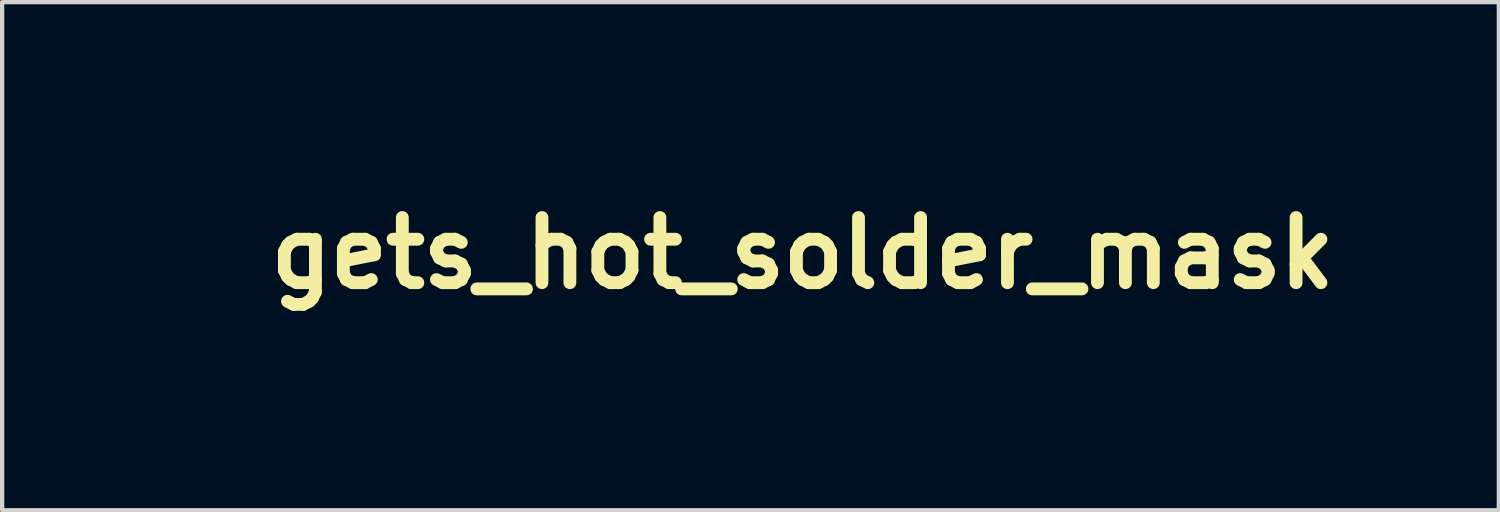
<source format=kicad_pcb>
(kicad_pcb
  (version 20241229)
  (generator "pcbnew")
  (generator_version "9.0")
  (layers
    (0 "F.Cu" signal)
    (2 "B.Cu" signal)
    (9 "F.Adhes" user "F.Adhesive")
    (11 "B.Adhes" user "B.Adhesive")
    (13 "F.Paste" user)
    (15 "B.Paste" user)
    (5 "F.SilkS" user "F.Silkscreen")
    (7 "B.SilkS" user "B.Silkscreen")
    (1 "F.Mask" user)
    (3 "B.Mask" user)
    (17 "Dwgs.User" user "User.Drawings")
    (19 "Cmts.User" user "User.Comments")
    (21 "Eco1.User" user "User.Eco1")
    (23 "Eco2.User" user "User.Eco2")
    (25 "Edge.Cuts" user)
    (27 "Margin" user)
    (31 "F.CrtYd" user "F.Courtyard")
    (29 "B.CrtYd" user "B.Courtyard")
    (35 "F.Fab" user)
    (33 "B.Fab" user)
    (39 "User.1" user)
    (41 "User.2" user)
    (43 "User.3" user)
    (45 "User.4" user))
  (footprint "gets_hot_solder_mask"
    (layer "F.Cu")
    (at 15.72 2.871)
    (property "Reference" "gets_hot_solder_mask" (at 0 0 0) (layer "F.SilkS") (effects (font (size 1.524 1.524) (thickness 0.3))))
    (attr through_hole)
    (fp_poly (pts (xy 6.785 -2.761) (xy 6.895 -2.529) (xy 6.985 -2.32) (xy 7.048 -2.247) (xy 7.115 -2.288) (xy 7.155 -2.338) (xy 7.246 -2.427) (xy 7.279 -2.408) (xy 7.235 -2.275) (xy 7.162 -2.156) (xy 7.082 -2.065) (xy 7.018 -2.08) (xy 6.935 -2.221) (xy 6.89 -2.314) (xy 6.737 -2.635) (xy 6.647 -2.312) (xy 6.578 -2.116) (xy 6.518 -2.071) (xy 6.48 -2.112) (xy 6.458 -2.234) (xy 6.504 -2.267) (xy 6.572 -2.365) (xy 6.604 -2.562) (xy 6.604 -2.589) (xy 6.626 -2.807) (xy 6.689 -2.864) (xy 6.785 -2.761)) (stroke (width 0.01) (type solid)) (fill yes) (layer "F.Mask"))
    (fp_poly (pts (xy -12.38 -0.329) (xy -12.24 -0.198) (xy -12.207 -0.158) (xy -12.088 0.001) (xy -12.078 0.071) (xy -12.154 0.085) (xy -12.248 0.116) (xy -12.269 0.237) (xy -12.251 0.381) (xy -12.239 0.597) (xy -12.31 0.671) (xy -12.485 0.616) (xy -12.539 0.588) (xy -12.655 0.542) (xy -12.675 0.608) (xy -12.651 0.715) (xy -12.639 0.887) (xy -12.694 0.931) (xy -12.763 1.002) (xy -12.775 1.122) (xy -12.77 1.444) (xy -12.828 1.634) (xy -12.954 1.718) (xy -13.109 1.726) (xy -13.165 1.695) (xy -13.131 1.624) (xy -13.042 1.585) (xy -12.942 1.532) (xy -12.902 1.411) (xy -12.908 1.175) (xy -12.91 1.152) (xy -12.914 0.922) (xy -12.887 0.782) (xy -12.863 0.762) (xy -12.804 0.689) (xy -12.785 0.547) (xy -12.767 0.399) (xy -12.688 0.388) (xy -12.621 0.42) (xy -12.441 0.498) (xy -12.374 0.463) (xy -12.394 0.303) (xy -12.398 0.123) (xy -12.34 0.062) (xy -12.293 -0.003) (xy -12.379 -0.138) (xy -12.388 -0.149) (xy -12.478 -0.286) (xy -12.473 -0.362) (xy -12.38 -0.329)) (stroke (width 0.01) (type solid)) (fill yes) (layer "F.Mask"))
    (fp_poly (pts (xy 3.762 -2.477) (xy 3.835 -2.268) (xy 3.923 -2.219) (xy 4.051 -2.326) (xy 4.135 -2.434) (xy 4.279 -2.59) (xy 4.358 -2.601) (xy 4.357 -2.483) (xy 4.277 -2.288) (xy 4.191 -2.11) (xy 4.193 -2.042) (xy 4.294 -2.042) (xy 4.334 -2.047) (xy 4.452 -2.054) (xy 4.497 -2.004) (xy 4.476 -1.86) (xy 4.425 -1.672) (xy 4.437 -1.554) (xy 4.562 -1.524) (xy 4.715 -1.49) (xy 4.713 -1.386) (xy 4.569 -1.225) (xy 4.456 -1.074) (xy 4.439 -0.958) (xy 4.433 -0.861) (xy 4.35 -0.862) (xy 4.271 -0.939) (xy 4.277 -1.065) (xy 4.347 -1.166) (xy 4.435 -1.279) (xy 4.389 -1.363) (xy 4.339 -1.402) (xy 4.247 -1.505) (xy 4.265 -1.646) (xy 4.298 -1.726) (xy 4.356 -1.883) (xy 4.316 -1.941) (xy 4.226 -1.947) (xy 4.103 -1.977) (xy 4.1 -2.097) (xy 4.112 -2.138) (xy 4.171 -2.328) (xy 3.969 -2.159) (xy 3.802 -2.003) (xy 3.699 -1.882) (xy 3.595 -1.813) (xy 3.551 -1.824) (xy 3.491 -1.854) (xy 3.479 -1.816) (xy 3.513 -1.674) (xy 3.55 -1.545) (xy 3.59 -1.352) (xy 3.554 -1.276) (xy 3.514 -1.27) (xy 3.444 -1.233) (xy 3.451 -1.096) (xy 3.477 -0.995) (xy 3.54 -0.751) (xy 3.54 -0.634) (xy 3.469 -0.614) (xy 3.387 -0.635) (xy 3.254 -0.642) (xy 3.217 -0.521) (xy 3.217 -0.514) (xy 3.183 -0.373) (xy 3.133 -0.339) (xy 3.05 -0.367) (xy 3.048 -0.375) (xy 3.085 -0.534) (xy 3.169 -0.695) (xy 3.263 -0.796) (xy 3.308 -0.8) (xy 3.358 -0.823) (xy 3.359 -0.991) (xy 3.339 -1.146) (xy 3.312 -1.387) (xy 3.328 -1.489) (xy 3.384 -1.483) (xy 3.454 -1.475) (xy 3.438 -1.598) (xy 3.37 -1.837) (xy 3.336 -1.956) (xy 3.322 -2.083) (xy 3.414 -2.091) (xy 3.458 -2.079) (xy 3.568 -2.064) (xy 3.626 -2.137) (xy 3.657 -2.334) (xy 3.662 -2.388) (xy 3.693 -2.752) (xy 3.762 -2.477)) (stroke (width 0.01) (type solid)) (fill yes) (layer "F.Mask"))
    (fp_poly (pts (xy 7.124 -1.791) (xy 7.313 -1.599) (xy 7.512 -1.324) (xy 7.694 -1.002) (xy 7.8 -0.762) (xy 7.912 -0.329) (xy 7.953 0.153) (xy 7.929 0.646) (xy 7.845 1.111) (xy 7.707 1.51) (xy 7.522 1.805) (xy 7.391 1.915) (xy 7.026 2.056) (xy 6.664 2.052) (xy 6.477 1.984) (xy 6.023 1.661) (xy 5.705 1.249) (xy 5.585 0.922) (xy 6.016 0.922) (xy 6.036 1.124) (xy 6.097 1.26) (xy 6.172 1.346) (xy 6.427 1.5) (xy 6.712 1.49) (xy 6.984 1.34) (xy 7.152 1.161) (xy 7.312 0.917) (xy 7.423 0.677) (xy 7.451 0.547) (xy 7.38 0.518) (xy 7.26 0.523) (xy 7.124 0.577) (xy 7.09 0.718) (xy 7.095 0.79) (xy 7.097 0.956) (xy 7.03 0.995) (xy 6.94 0.973) (xy 6.744 0.978) (xy 6.547 1.114) (xy 6.334 1.312) (xy 6.363 1.017) (xy 6.359 0.802) (xy 6.296 0.721) (xy 6.294 0.721) (xy 6.153 0.68) (xy 6.162 0.587) (xy 6.264 0.509) (xy 6.385 0.427) (xy 6.387 0.333) (xy 6.323 0.226) (xy 6.443 0.226) (xy 6.505 0.288) (xy 6.546 0.393) (xy 6.549 0.591) (xy 6.548 0.61) (xy 6.541 0.767) (xy 6.562 0.796) (xy 6.569 0.784) (xy 6.654 0.722) (xy 6.783 0.767) (xy 6.898 0.813) (xy 6.917 0.746) (xy 6.894 0.639) (xy 6.876 0.482) (xy 6.963 0.428) (xy 7.06 0.423) (xy 7.233 0.386) (xy 7.277 0.301) (xy 7.177 0.209) (xy 7.154 0.2) (xy 7.059 0.112) (xy 7.026 -0.007) (xy 7.071 -0.082) (xy 7.091 -0.085) (xy 7.136 -0.16) (xy 7.167 -0.345) (xy 7.171 -0.397) (xy 7.187 -0.709) (xy 6.985 -0.474) (xy 6.831 -0.334) (xy 6.71 -0.288) (xy 6.694 -0.293) (xy 6.646 -0.284) (xy 6.685 -0.136) (xy 6.687 -0.132) (xy 6.729 0.025) (xy 6.674 0.08) (xy 6.602 0.085) (xy 6.461 0.129) (xy 6.443 0.226) (xy 6.323 0.226) (xy 6.311 0.206) (xy 6.227 0.06) (xy 6.256 0.007) (xy 6.39 0) (xy 6.56 -0.037) (xy 6.601 -0.125) (xy 6.519 -0.212) (xy 6.438 -0.32) (xy 6.489 -0.409) (xy 6.562 -0.423) (xy 6.662 -0.499) (xy 6.689 -0.677) (xy 6.718 -0.87) (xy 6.789 -0.928) (xy 6.875 -0.836) (xy 6.893 -0.793) (xy 6.945 -0.701) (xy 7.026 -0.729) (xy 7.099 -0.793) (xy 7.263 -0.913) (xy 7.342 -0.891) (xy 7.343 -0.72) (xy 7.329 -0.634) (xy 7.309 -0.443) (xy 7.331 -0.349) (xy 7.341 -0.347) (xy 7.481 -0.345) (xy 7.477 -0.26) (xy 7.387 -0.148) (xy 7.27 -0.006) (xy 7.267 0.097) (xy 7.362 0.229) (xy 7.514 0.416) (xy 7.568 0.016) (xy 7.577 -0.335) (xy 7.526 -0.688) (xy 7.428 -0.992) (xy 7.296 -1.191) (xy 7.263 -1.216) (xy 7.143 -1.249) (xy 6.991 -1.188) (xy 6.801 -1.048) (xy 6.43 -0.642) (xy 6.172 -0.125) (xy 6.038 0.475) (xy 6.027 0.605) (xy 6.016 0.922) (xy 5.585 0.922) (xy 5.527 0.766) (xy 5.492 0.229) (xy 5.604 -0.346) (xy 5.865 -0.943) (xy 5.893 -0.992) (xy 6.071 -1.23) (xy 6.316 -1.473) (xy 6.583 -1.682) (xy 6.826 -1.824) (xy 6.973 -1.863) (xy 7.124 -1.791)) (stroke (width 0.01) (type solid)) (fill yes) (layer "F.Mask"))
    (fp_poly (pts (xy 2.106 -2.764) (xy 2.155 -2.572) (xy 2.213 -2.265) (xy 2.728 -2.752) (xy 2.67 -2.477) (xy 2.643 -2.288) (xy 2.689 -2.213) (xy 2.787 -2.201) (xy 2.93 -2.175) (xy 2.946 -2.079) (xy 2.837 -1.89) (xy 2.832 -1.882) (xy 2.748 -1.746) (xy 2.78 -1.699) (xy 2.88 -1.693) (xy 3.06 -1.693) (xy 2.877 -1.46) (xy 2.765 -1.302) (xy 2.761 -1.227) (xy 2.827 -1.201) (xy 2.907 -1.166) (xy 2.911 -1.077) (xy 2.841 -0.886) (xy 2.835 -0.873) (xy 2.766 -0.688) (xy 2.771 -0.634) (xy 2.823 -0.666) (xy 2.963 -0.714) (xy 3.043 -0.616) (xy 3.048 -0.564) (xy 3.009 -0.523) (xy 2.991 -0.536) (xy 2.895 -0.53) (xy 2.767 -0.445) (xy 2.652 -0.352) (xy 2.621 -0.382) (xy 2.648 -0.55) (xy 2.703 -0.786) (xy 2.755 -0.953) (xy 2.771 -1.06) (xy 2.676 -1.05) (xy 2.56 -1.043) (xy 2.559 -1.143) (xy 2.664 -1.317) (xy 2.776 -1.499) (xy 2.758 -1.59) (xy 2.657 -1.609) (xy 2.57 -1.623) (xy 2.582 -1.695) (xy 2.657 -1.817) (xy 2.766 -1.996) (xy 2.766 -2.068) (xy 2.643 -2.066) (xy 2.561 -2.052) (xy 2.409 -2.036) (xy 2.396 -2.078) (xy 2.434 -2.123) (xy 2.532 -2.264) (xy 2.519 -2.327) (xy 2.412 -2.279) (xy 2.372 -2.245) (xy 2.246 -2.146) (xy 2.177 -2.177) (xy 2.124 -2.295) (xy 2.064 -2.436) (xy 2.043 -2.422) (xy 2.037 -2.307) (xy 1.996 -2.146) (xy 1.892 -2.139) (xy 1.778 -2.244) (xy 1.645 -2.363) (xy 1.584 -2.34) (xy 1.615 -2.193) (xy 1.649 -2.121) (xy 1.751 -1.902) (xy 1.761 -1.8) (xy 1.675 -1.788) (xy 1.609 -1.803) (xy 1.472 -1.819) (xy 1.46 -1.758) (xy 1.576 -1.606) (xy 1.667 -1.507) (xy 1.801 -1.353) (xy 1.815 -1.283) (xy 1.752 -1.27) (xy 1.636 -1.235) (xy 1.624 -1.115) (xy 1.715 -0.887) (xy 1.744 -0.831) (xy 1.879 -0.57) (xy 1.646 -0.629) (xy 1.488 -0.662) (xy 1.464 -0.621) (xy 1.553 -0.474) (xy 1.553 -0.474) (xy 1.642 -0.318) (xy 1.625 -0.234) (xy 1.522 -0.168) (xy 1.408 -0.067) (xy 1.4 0.006) (xy 1.502 0.05) (xy 1.53 0.039) (xy 1.601 0.033) (xy 1.592 0.118) (xy 1.515 0.229) (xy 1.485 0.324) (xy 1.607 0.423) (xy 1.615 0.427) (xy 1.746 0.51) (xy 1.735 0.578) (xy 1.66 0.639) (xy 1.563 0.729) (xy 1.571 0.829) (xy 1.65 0.96) (xy 1.738 1.114) (xy 1.723 1.198) (xy 1.635 1.258) (xy 1.533 1.331) (xy 1.563 1.401) (xy 1.651 1.47) (xy 1.757 1.56) (xy 1.761 1.64) (xy 1.656 1.77) (xy 1.615 1.814) (xy 1.41 2.032) (xy 1.6 2.032) (xy 1.736 2.062) (xy 1.743 2.177) (xy 1.736 2.201) (xy 1.737 2.341) (xy 1.821 2.366) (xy 1.906 2.285) (xy 1.991 2.223) (xy 2.052 2.29) (xy 2.059 2.441) (xy 2.052 2.477) (xy 2.029 2.607) (xy 2.086 2.597) (xy 2.146 2.549) (xy 2.286 2.462) (xy 2.332 2.489) (xy 2.281 2.602) (xy 2.16 2.743) (xy 1.985 2.908) (xy 1.903 2.945) (xy 1.893 2.85) (xy 1.918 2.709) (xy 1.939 2.518) (xy 1.879 2.465) (xy 1.712 2.53) (xy 1.679 2.547) (xy 1.565 2.596) (xy 1.535 2.543) (xy 1.558 2.413) (xy 1.609 2.413) (xy 1.651 2.455) (xy 1.693 2.413) (xy 1.651 2.371) (xy 1.609 2.413) (xy 1.558 2.413) (xy 1.565 2.378) (xy 1.589 2.196) (xy 1.537 2.126) (xy 1.446 2.117) (xy 1.303 2.094) (xy 1.291 2.013) (xy 1.411 1.852) (xy 1.46 1.798) (xy 1.584 1.655) (xy 1.596 1.571) (xy 1.5 1.485) (xy 1.487 1.475) (xy 1.372 1.378) (xy 1.396 1.305) (xy 1.486 1.235) (xy 1.595 1.142) (xy 1.588 1.058) (xy 1.487 0.938) (xy 1.38 0.804) (xy 1.388 0.723) (xy 1.483 0.645) (xy 1.586 0.554) (xy 1.553 0.489) (xy 1.447 0.428) (xy 1.322 0.335) (xy 1.305 0.275) (xy 1.294 0.183) (xy 1.217 0.073) (xy 1.133 -0.042) (xy 1.175 -0.116) (xy 1.298 -0.178) (xy 1.443 -0.259) (xy 1.465 -0.354) (xy 1.393 -0.516) (xy 1.291 -0.749) (xy 1.274 -0.878) (xy 1.342 -0.885) (xy 1.399 -0.845) (xy 1.536 -0.777) (xy 1.593 -0.842) (xy 1.556 -1.018) (xy 1.538 -1.062) (xy 1.452 -1.288) (xy 1.465 -1.39) (xy 1.579 -1.383) (xy 1.587 -1.38) (xy 1.644 -1.386) (xy 1.567 -1.495) (xy 1.503 -1.563) (xy 1.331 -1.772) (xy 1.275 -1.919) (xy 1.338 -1.983) (xy 1.439 -1.972) (xy 1.567 -1.955) (xy 1.598 -2.014) (xy 1.536 -2.177) (xy 1.475 -2.298) (xy 1.387 -2.512) (xy 1.408 -2.597) (xy 1.536 -2.551) (xy 1.668 -2.457) (xy 1.905 -2.269) (xy 1.931 -2.574) (xy 1.973 -2.803) (xy 2.036 -2.866) (xy 2.106 -2.764)) (stroke (width 0.01) (type solid)) (fill yes) (layer "F.Mask"))
    (fp_poly (pts (xy 2.238 -1.802) (xy 2.32 -1.613) (xy 2.362 -1.28) (xy 2.371 -0.957) (xy 2.371 -0.254) (xy 3.619 -0.254) (xy 3.671 -0.572) (xy 3.703 -0.852) (xy 3.722 -1.193) (xy 3.724 -1.333) (xy 3.74 -1.584) (xy 3.779 -1.744) (xy 3.812 -1.778) (xy 3.92 -1.697) (xy 4 -1.467) (xy 4.049 -1.105) (xy 4.062 -0.693) (xy 4.055 -0.36) (xy 4.038 0.044) (xy 4.013 0.486) (xy 3.983 0.932) (xy 3.95 1.35) (xy 3.916 1.705) (xy 3.885 1.964) (xy 3.858 2.094) (xy 3.854 2.101) (xy 3.767 2.085) (xy 3.659 2.007) (xy 3.537 1.918) (xy 3.455 1.961) (xy 3.404 2.035) (xy 3.344 2.161) (xy 3.4 2.2) (xy 3.434 2.201) (xy 3.527 2.249) (xy 3.514 2.371) (xy 3.506 2.512) (xy 3.591 2.526) (xy 3.708 2.438) (xy 3.785 2.397) (xy 3.816 2.5) (xy 3.819 2.544) (xy 3.83 2.663) (xy 3.859 2.639) (xy 3.916 2.477) (xy 4.007 2.291) (xy 4.112 2.203) (xy 4.124 2.201) (xy 4.194 2.166) (xy 4.21 2.035) (xy 4.185 1.807) (xy 4.156 1.57) (xy 4.171 1.465) (xy 4.235 1.455) (xy 4.259 1.463) (xy 4.336 1.478) (xy 4.347 1.414) (xy 4.293 1.235) (xy 4.274 1.181) (xy 4.207 0.969) (xy 4.206 0.872) (xy 4.272 0.847) (xy 4.288 0.847) (xy 4.379 0.801) (xy 4.36 0.699) (xy 4.266 0.444) (xy 4.251 0.316) (xy 4.316 0.294) (xy 4.359 0.307) (xy 4.449 0.332) (xy 4.454 0.279) (xy 4.376 0.115) (xy 4.369 0.101) (xy 4.265 -0.113) (xy 4.246 -0.218) (xy 4.31 -0.252) (xy 4.37 -0.254) (xy 4.457 -0.268) (xy 4.446 -0.34) (xy 4.37 -0.463) (xy 4.283 -0.616) (xy 4.304 -0.7) (xy 4.404 -0.763) (xy 4.578 -0.812) (xy 4.673 -0.794) (xy 4.69 -0.726) (xy 4.575 -0.662) (xy 4.44 -0.596) (xy 4.452 -0.515) (xy 4.518 -0.436) (xy 4.64 -0.269) (xy 4.623 -0.185) (xy 4.53 -0.169) (xy 4.416 -0.129) (xy 4.439 -0.001) (xy 4.527 0.132) (xy 4.639 0.315) (xy 4.621 0.406) (xy 4.53 0.423) (xy 4.426 0.45) (xy 4.425 0.55) (xy 4.525 0.754) (xy 4.53 0.762) (xy 4.634 0.973) (xy 4.63 1.069) (xy 4.516 1.067) (xy 4.483 1.057) (xy 4.377 1.032) (xy 4.352 1.074) (xy 4.402 1.221) (xy 4.441 1.316) (xy 4.535 1.549) (xy 4.559 1.66) (xy 4.51 1.68) (xy 4.399 1.65) (xy 4.279 1.632) (xy 4.256 1.719) (xy 4.272 1.814) (xy 4.328 2.08) (xy 4.364 2.25) (xy 4.379 2.404) (xy 4.312 2.434) (xy 4.248 2.418) (xy 4.115 2.421) (xy 4.011 2.554) (xy 3.979 2.624) (xy 3.869 2.843) (xy 3.781 2.928) (xy 3.731 2.87) (xy 3.725 2.793) (xy 3.695 2.664) (xy 3.575 2.662) (xy 3.544 2.671) (xy 3.417 2.691) (xy 3.39 2.609) (xy 3.406 2.507) (xy 3.412 2.342) (xy 3.325 2.288) (xy 3.29 2.286) (xy 3.156 2.258) (xy 3.16 2.164) (xy 3.276 2.014) (xy 3.369 1.894) (xy 3.331 1.836) (xy 3.234 1.807) (xy 3.077 1.745) (xy 3.078 1.662) (xy 3.138 1.609) (xy 3.343 1.609) (xy 3.377 1.741) (xy 3.476 1.778) (xy 3.531 1.704) (xy 3.556 1.524) (xy 3.556 1.505) (xy 3.551 1.324) (xy 3.52 1.296) (xy 3.436 1.404) (xy 3.424 1.421) (xy 3.343 1.609) (xy 3.138 1.609) (xy 3.196 1.556) (xy 3.292 1.455) (xy 3.246 1.378) (xy 3.23 1.367) (xy 3.159 1.277) (xy 3.201 1.132) (xy 3.217 1.101) (xy 3.276 0.943) (xy 3.224 0.852) (xy 3.206 0.84) (xy 3.076 0.837) (xy 3.017 0.906) (xy 2.951 0.983) (xy 2.881 0.927) (xy 2.828 0.838) (xy 2.715 0.635) (xy 2.699 0.889) (xy 2.685 1.407) (xy 2.711 1.839) (xy 2.753 2.066) (xy 2.78 2.236) (xy 2.731 2.257) (xy 2.636 2.273) (xy 2.566 2.417) (xy 2.54 2.632) (xy 2.505 2.765) (xy 2.461 2.794) (xy 2.423 2.723) (xy 2.424 2.55) (xy 2.455 2.338) (xy 2.509 2.147) (xy 2.554 2.063) (xy 2.581 1.913) (xy 2.537 1.727) (xy 2.49 1.531) (xy 2.527 1.458) (xy 2.568 1.361) (xy 2.534 1.164) (xy 2.501 0.969) (xy 2.523 0.855) (xy 2.527 0.851) (xy 2.621 0.745) (xy 2.69 0.635) (xy 2.765 0.519) (xy 2.813 0.55) (xy 2.841 0.617) (xy 2.896 0.719) (xy 2.973 0.699) (xy 3.058 0.626) (xy 3.175 0.532) (xy 3.214 0.556) (xy 3.217 0.619) (xy 3.269 0.717) (xy 3.344 0.708) (xy 3.451 0.715) (xy 3.459 0.838) (xy 3.384 1.022) (xy 3.34 1.15) (xy 3.412 1.185) (xy 3.415 1.185) (xy 3.511 1.107) (xy 3.581 0.899) (xy 3.586 0.868) (xy 3.627 0.604) (xy 3.619 0.446) (xy 3.533 0.368) (xy 3.338 0.341) (xy 3.006 0.339) (xy 2.371 0.339) (xy 2.366 0.953) (xy 2.355 1.316) (xy 2.331 1.664) (xy 2.301 1.904) (xy 2.241 2.241) (xy 2.062 2.062) (xy 1.979 1.962) (xy 1.927 1.839) (xy 1.901 1.654) (xy 1.895 1.368) (xy 1.899 1.047) (xy 1.897 0.573) (xy 1.868 0.246) (xy 1.811 0.049) (xy 1.799 0.028) (xy 1.728 -0.117) (xy 1.768 -0.2) (xy 1.811 -0.227) (xy 1.882 -0.325) (xy 1.938 -0.543) (xy 1.982 -0.902) (xy 1.997 -1.08) (xy 2.028 -1.42) (xy 2.063 -1.686) (xy 2.097 -1.839) (xy 2.112 -1.863) (xy 2.238 -1.802)) (stroke (width 0.01) (type solid)) (fill yes) (layer "F.Mask"))
    (fp_poly (pts (xy -13.294 -2.583) (xy -13.293 -2.54) (xy -13.248 -2.396) (xy -13.149 -2.385) (xy -13.081 -2.455) (xy -12.973 -2.541) (xy -12.894 -2.489) (xy -12.894 -2.371) (xy -12.89 -2.235) (xy -12.782 -2.201) (xy -12.625 -2.161) (xy -12.561 -2.073) (xy -12.614 -1.99) (xy -12.655 -1.879) (xy -12.616 -1.778) (xy -12.54 -1.607) (xy -12.568 -1.535) (xy -12.661 -1.524) (xy -12.745 -1.493) (xy -12.711 -1.375) (xy -12.703 -1.36) (xy -12.626 -1.187) (xy -12.661 -1.126) (xy -12.825 -1.15) (xy -12.827 -1.151) (xy -12.988 -1.165) (xy -13.038 -1.082) (xy -13.039 -1.065) (xy -13.063 -0.973) (xy -13.166 -0.995) (xy -13.221 -1.023) (xy -13.349 -1.079) (xy -13.366 -1.031) (xy -13.347 -0.974) (xy -13.332 -0.874) (xy -13.427 -0.864) (xy -13.503 -0.881) (xy -13.671 -0.899) (xy -13.7 -0.826) (xy -13.596 -0.653) (xy -13.594 -0.651) (xy -13.483 -0.556) (xy -13.418 -0.595) (xy -13.297 -0.658) (xy -13.203 -0.652) (xy -13.029 -0.679) (xy -12.903 -0.771) (xy -12.748 -0.905) (xy -12.655 -0.913) (xy -12.648 -0.795) (xy -12.658 -0.762) (xy -12.67 -0.643) (xy -12.577 -0.598) (xy -12.452 -0.593) (xy -12.249 -0.57) (xy -12.199 -0.52) (xy -12.297 -0.471) (xy -12.488 -0.448) (xy -12.702 -0.466) (xy -12.782 -0.544) (xy -12.785 -0.572) (xy -12.802 -0.652) (xy -12.88 -0.615) (xy -12.949 -0.555) (xy -13.103 -0.464) (xy -13.206 -0.465) (xy -13.342 -0.467) (xy -13.422 -0.421) (xy -13.533 -0.369) (xy -13.6 -0.463) (xy -13.659 -0.555) (xy -13.726 -0.494) (xy -13.788 -0.363) (xy -13.749 -0.293) (xy -13.589 -0.273) (xy -13.285 -0.296) (xy -13.268 -0.298) (xy -12.976 -0.325) (xy -12.807 -0.32) (xy -12.712 -0.27) (xy -12.647 -0.162) (xy -12.628 -0.122) (xy -12.578 0.088) (xy -12.668 0.21) (xy -12.904 0.252) (xy -12.921 0.253) (xy -13.017 0.27) (xy -13.077 0.345) (xy -13.113 0.514) (xy -13.141 0.813) (xy -13.143 0.841) (xy -13.22 1.359) (xy -13.366 1.735) (xy -13.489 1.947) (xy -13.533 2.058) (xy -13.503 2.111) (xy -13.41 2.151) (xy -13.311 2.156) (xy -13.316 2.094) (xy -13.282 1.991) (xy -13.158 1.892) (xy -13.011 1.837) (xy -12.911 1.863) (xy -12.91 1.865) (xy -12.941 1.942) (xy -13.029 1.987) (xy -13.148 2.083) (xy -13.145 2.214) (xy -13.128 2.335) (xy -13.203 2.332) (xy -13.275 2.296) (xy -13.458 2.214) (xy -13.528 2.248) (xy -13.513 2.415) (xy -13.504 2.455) (xy -13.477 2.642) (xy -13.524 2.697) (xy -13.669 2.631) (xy -13.761 2.573) (xy -13.908 2.486) (xy -13.963 2.498) (xy -13.97 2.58) (xy -14.018 2.68) (xy -14.118 2.668) (xy -14.206 2.552) (xy -14.209 2.544) (xy -14.197 2.474) (xy -14.15 2.491) (xy -14.07 2.48) (xy -14.055 2.408) (xy -14.042 2.318) (xy -13.974 2.325) (xy -13.836 2.41) (xy -13.656 2.512) (xy -13.59 2.498) (xy -13.62 2.357) (xy -13.638 2.307) (xy -13.72 2.181) (xy -13.871 2.126) (xy -14.063 2.117) (xy -14.312 2.093) (xy -14.504 1.998) (xy -14.7 1.815) (xy -14.936 1.482) (xy -15.112 1.073) (xy -15.121 1.042) (xy -15.211 0.775) (xy -15.282 0.665) (xy -15.333 0.687) (xy -15.393 0.841) (xy -15.404 0.988) (xy -15.365 1.066) (xy -15.325 1.058) (xy -15.273 1.099) (xy -15.235 1.25) (xy -15.219 1.454) (xy -15.233 1.64) (xy -15.184 1.681) (xy -15.125 1.667) (xy -15.012 1.698) (xy -14.934 1.877) (xy -14.9 2.183) (xy -14.9 2.201) (xy -14.888 2.344) (xy -14.84 2.335) (xy -14.784 2.266) (xy -14.664 2.17) (xy -14.584 2.232) (xy -14.563 2.385) (xy -14.524 2.515) (xy -14.478 2.54) (xy -14.403 2.471) (xy -14.393 2.413) (xy -14.343 2.3) (xy -14.3 2.286) (xy -14.247 2.347) (xy -14.268 2.434) (xy -14.338 2.642) (xy -14.372 2.773) (xy -14.439 2.929) (xy -14.517 2.951) (xy -14.562 2.834) (xy -14.563 2.801) (xy -14.592 2.581) (xy -14.618 2.494) (xy -14.669 2.41) (xy -14.743 2.448) (xy -14.828 2.551) (xy -14.982 2.752) (xy -14.985 2.455) (xy -15.012 2.1) (xy -15.079 1.888) (xy -15.185 1.829) (xy -15.206 1.835) (xy -15.284 1.823) (xy -15.32 1.687) (xy -15.325 1.536) (xy -15.338 1.316) (xy -15.386 1.232) (xy -15.452 1.239) (xy -15.546 1.255) (xy -15.572 1.184) (xy -15.536 0.996) (xy -15.501 0.872) (xy -15.462 0.685) (xy -15.501 0.602) (xy -15.594 0.576) (xy -15.702 0.551) (xy -15.71 0.494) (xy -15.614 0.359) (xy -15.581 0.318) (xy -15.397 0.085) (xy -15.589 0.085) (xy -15.715 0.06) (xy -15.7 0.003) (xy -15.562 -0.042) (xy -15.426 -0.029) (xy -15.297 0.02) (xy -15.294 0.102) (xy -15.364 0.219) (xy -15.469 0.39) (xy -15.476 0.463) (xy -15.387 0.48) (xy -15.365 0.48) (xy -15.251 0.408) (xy -15.196 0.282) (xy -15.147 0.041) (xy -15.109 -0.148) (xy -15.058 -0.379) (xy -15.019 -0.529) (xy -15.023 -0.639) (xy -15.151 -0.676) (xy -15.205 -0.677) (xy -15.364 -0.669) (xy -15.372 -0.615) (xy -15.284 -0.51) (xy -15.185 -0.364) (xy -15.213 -0.247) (xy -15.239 -0.213) (xy -15.366 -0.106) (xy -15.43 -0.085) (xy -15.455 -0.136) (xy -15.408 -0.213) (xy -15.348 -0.338) (xy -15.419 -0.471) (xy -15.44 -0.495) (xy -15.56 -0.657) (xy -15.538 -0.738) (xy -15.365 -0.762) (xy -15.35 -0.762) (xy -15.2 -0.779) (xy -15.2 -0.839) (xy -15.216 -0.857) (xy -15.246 -0.957) (xy -15.144 -1.097) (xy -15.085 -1.151) (xy -14.944 -1.294) (xy -14.927 -1.381) (xy -14.984 -1.433) (xy -15.049 -1.485) (xy -15.037 -1.526) (xy -14.919 -1.578) (xy -14.668 -1.658) (xy -14.654 -1.662) (xy -14.581 -1.719) (xy -14.633 -1.798) (xy -14.728 -1.94) (xy -14.674 -2.009) (xy -14.51 -1.995) (xy -14.369 -1.969) (xy -14.317 -2.015) (xy -14.332 -2.174) (xy -14.347 -2.261) (xy -14.377 -2.459) (xy -14.361 -2.518) (xy -14.289 -2.464) (xy -14.281 -2.455) (xy -14.207 -2.306) (xy -14.19 -2.113) (xy -14.222 -1.931) (xy -14.295 -1.82) (xy -14.366 -1.814) (xy -14.444 -1.814) (xy -14.435 -1.777) (xy -14.464 -1.687) (xy -14.594 -1.598) (xy -14.734 -1.495) (xy -14.762 -1.397) (xy -14.794 -1.277) (xy -14.926 -1.13) (xy -14.938 -1.121) (xy -15.075 -0.991) (xy -15.083 -0.902) (xy -15.039 -0.856) (xy -14.947 -0.827) (xy -14.835 -0.91) (xy -14.692 -1.098) (xy -14.398 -1.423) (xy -14.014 -1.711) (xy -13.606 -1.92) (xy -13.356 -1.993) (xy -13.15 -2.022) (xy -13.06 -1.987) (xy -13.039 -1.856) (xy -13.039 -1.791) (xy -13.06 -1.613) (xy -13.156 -1.514) (xy -13.356 -1.445) (xy -13.804 -1.24) (xy -14.199 -0.897) (xy -14.52 -0.445) (xy -14.743 0.089) (xy -14.808 0.361) (xy -14.841 0.814) (xy -14.77 1.183) (xy -14.606 1.449) (xy -14.357 1.591) (xy -14.208 1.609) (xy -14.043 1.595) (xy -14.014 1.531) (xy -14.058 1.434) (xy -14.15 1.317) (xy -14.254 1.345) (xy -14.272 1.36) (xy -14.366 1.408) (xy -14.393 1.312) (xy -14.393 1.286) (xy -14.445 1.087) (xy -14.503 1.001) (xy -14.569 0.84) (xy -14.589 0.64) (xy -14.437 0.64) (xy -14.416 0.855) (xy -14.357 1.04) (xy -14.277 1.143) (xy -14.22 1.141) (xy -14.121 1.161) (xy -14.082 1.205) (xy -14.022 1.241) (xy -14.021 1.238) (xy -13.885 1.238) (xy -13.871 1.387) (xy -13.81 1.393) (xy -13.758 1.355) (xy -13.651 1.211) (xy -13.631 1.133) (xy -13.699 1.029) (xy -13.758 1.016) (xy -13.86 1.09) (xy -13.885 1.238) (xy -14.021 1.238) (xy -13.985 1.122) (xy -13.917 0.973) (xy -13.833 0.931) (xy -13.752 0.895) (xy -13.789 0.787) (xy -13.802 0.708) (xy -13.68 0.708) (xy -13.664 0.799) (xy -13.609 0.903) (xy -13.55 0.848) (xy -13.528 0.81) (xy -13.475 0.654) (xy -13.477 0.592) (xy -13.558 0.558) (xy -13.613 0.581) (xy -13.68 0.708) (xy -13.802 0.708) (xy -13.814 0.635) (xy -13.729 0.539) (xy -13.669 0.478) (xy -13.73 0.461) (xy -13.934 0.481) (xy -13.949 0.483) (xy -14.177 0.503) (xy -14.284 0.474) (xy -14.315 0.382) (xy -14.315 0.371) (xy -14.335 0.302) (xy -14.387 0.392) (xy -14.409 0.449) (xy -14.437 0.64) (xy -14.589 0.64) (xy -14.596 0.569) (xy -14.584 0.254) (xy -14.182 0.254) (xy -14.175 0.332) (xy -14.144 0.339) (xy -14.058 0.277) (xy -14.057 0.271) (xy -13.928 0.271) (xy -13.716 0.339) (xy -13.551 0.392) (xy -13.483 0.415) (xy -13.463 0.359) (xy -13.462 0.339) (xy -13.535 0.28) (xy -13.695 0.262) (xy -13.928 0.271) (xy -14.057 0.271) (xy -14.055 0.254) (xy -14.084 0.172) (xy -14.092 0.169) (xy -14.164 0.229) (xy -14.182 0.254) (xy -14.584 0.254) (xy -14.583 0.243) (xy -14.557 0.085) (xy -14.478 0.085) (xy -14.449 0.167) (xy -14.441 0.169) (xy -14.368 0.11) (xy -14.351 0.085) (xy -14.358 0.007) (xy -14.388 0) (xy -14.475 0.061) (xy -14.478 0.085) (xy -14.557 0.085) (xy -14.53 -0.084) (xy -14.519 -0.127) (xy -14.472 -0.233) (xy -14.302 -0.233) (xy -14.284 -0.121) (xy -14.247 -0.169) (xy -14.148 -0.322) (xy -14.105 -0.359) (xy -14.085 -0.41) (xy -14.161 -0.422) (xy -14.281 -0.359) (xy -14.302 -0.233) (xy -14.472 -0.233) (xy -14.402 -0.393) (xy -14.224 -0.616) (xy -14.215 -0.621) (xy -14.01 -0.621) (xy -14.001 -0.551) (xy -13.914 -0.471) (xy -13.822 -0.516) (xy -13.801 -0.598) (xy -13.869 -0.669) (xy -13.925 -0.677) (xy -14.01 -0.621) (xy -14.215 -0.621) (xy -14.029 -0.745) (xy -13.951 -0.761) (xy -13.847 -0.81) (xy -13.855 -0.889) (xy -13.845 -0.985) (xy -13.697 -1.016) (xy -13.683 -1.016) (xy -13.505 -1.059) (xy -13.462 -1.146) (xy -13.433 -1.23) (xy -13.318 -1.198) (xy -13.293 -1.185) (xy -13.163 -1.138) (xy -13.124 -1.207) (xy -13.123 -1.23) (xy -13.077 -1.325) (xy -12.955 -1.313) (xy -12.834 -1.297) (xy -12.834 -1.385) (xy -12.84 -1.4) (xy -12.832 -1.554) (xy -12.781 -1.611) (xy -12.713 -1.7) (xy -12.767 -1.799) (xy -12.821 -1.929) (xy -12.766 -2.017) (xy -12.725 -2.093) (xy -12.832 -2.116) (xy -12.852 -2.117) (xy -12.999 -2.146) (xy -13.039 -2.193) (xy -13.106 -2.237) (xy -13.208 -2.226) (xy -13.344 -2.23) (xy -13.379 -2.34) (xy -13.394 -2.43) (xy -13.456 -2.4) (xy -13.555 -2.286) (xy -13.69 -2.155) (xy -13.766 -2.169) (xy -13.773 -2.185) (xy -13.833 -2.237) (xy -13.929 -2.142) (xy -14.037 -2.044) (xy -14.096 -2.045) (xy -14.089 -2.141) (xy -14.002 -2.275) (xy -13.863 -2.39) (xy -13.746 -2.361) (xy -13.744 -2.359) (xy -13.646 -2.332) (xy -13.555 -2.448) (xy -13.535 -2.489) (xy -13.426 -2.664) (xy -13.338 -2.697) (xy -13.294 -2.583)) (stroke (width 0.01) (type solid)) (fill yes) (layer "F.Mask"))
    (fp_poly (pts (xy 9.611 -2.519) (xy 9.681 -2.28) (xy 9.769 -2.205) (xy 9.871 -2.298) (xy 9.872 -2.299) (xy 9.952 -2.336) (xy 10.035 -2.255) (xy 10.113 -2.177) (xy 10.176 -2.222) (xy 10.244 -2.369) (xy 10.346 -2.552) (xy 10.439 -2.625) (xy 10.495 -2.57) (xy 10.5 -2.519) (xy 10.544 -2.357) (xy 10.578 -2.291) (xy 10.66 -2.214) (xy 10.77 -2.266) (xy 10.795 -2.286) (xy 10.919 -2.357) (xy 11 -2.297) (xy 11.001 -2.295) (xy 11.078 -2.256) (xy 11.198 -2.355) (xy 11.246 -2.413) (xy 11.411 -2.563) (xy 11.535 -2.562) (xy 11.597 -2.415) (xy 11.599 -2.355) (xy 11.619 -2.236) (xy 11.7 -2.265) (xy 11.726 -2.286) (xy 11.869 -2.347) (xy 11.969 -2.295) (xy 12.092 -2.25) (xy 12.195 -2.332) (xy 12.364 -2.484) (xy 12.472 -2.554) (xy 12.588 -2.599) (xy 12.613 -2.531) (xy 12.596 -2.422) (xy 12.589 -2.259) (xy 12.674 -2.193) (xy 12.888 -2.197) (xy 12.89 -2.197) (xy 13.02 -2.168) (xy 13.013 -2.059) (xy 12.941 -1.968) (xy 12.908 -1.88) (xy 13.019 -1.792) (xy 13.068 -1.768) (xy 13.251 -1.651) (xy 13.274 -1.546) (xy 13.134 -1.467) (xy 13.121 -1.463) (xy 13.01 -1.407) (xy 12.983 -1.286) (xy 13.006 -1.12) (xy 13.029 -0.938) (xy 12.987 -0.86) (xy 12.852 -0.875) (xy 12.594 -0.973) (xy 12.477 -0.983) (xy 12.446 -0.861) (xy 12.406 -0.679) (xy 12.297 -0.65) (xy 12.148 -0.764) (xy 11.984 -0.908) (xy 11.887 -0.898) (xy 11.853 -0.733) (xy 11.853 -0.72) (xy 11.826 -0.546) (xy 11.748 -0.531) (xy 11.622 -0.677) (xy 11.587 -0.733) (xy 11.45 -0.958) (xy 11.466 -0.582) (xy 11.49 -0.327) (xy 11.531 -0.138) (xy 11.548 -0.099) (xy 11.555 0.046) (xy 11.506 0.137) (xy 11.443 0.259) (xy 11.499 0.329) (xy 11.551 0.415) (xy 11.479 0.555) (xy 11.403 0.7) (xy 11.453 0.823) (xy 11.493 0.869) (xy 11.581 0.992) (xy 11.54 1.08) (xy 11.477 1.129) (xy 11.382 1.216) (xy 11.376 1.316) (xy 11.457 1.494) (xy 11.465 1.509) (xy 11.55 1.687) (xy 11.55 1.762) (xy 11.462 1.778) (xy 11.441 1.778) (xy 11.338 1.799) (xy 11.313 1.892) (xy 11.347 2.082) (xy 11.382 2.28) (xy 11.357 2.354) (xy 11.262 2.347) (xy 11.143 2.363) (xy 11.033 2.502) (xy 10.96 2.656) (xy 10.868 2.857) (xy 10.815 2.916) (xy 10.783 2.847) (xy 10.776 2.815) (xy 10.701 2.654) (xy 10.564 2.649) (xy 10.399 2.765) (xy 10.251 2.863) (xy 10.19 2.819) (xy 10.223 2.641) (xy 10.24 2.594) (xy 10.285 2.437) (xy 10.228 2.379) (xy 10.073 2.371) (xy 9.874 2.341) (xy 9.833 2.254) (xy 9.953 2.113) (xy 9.956 2.11) (xy 10.036 2.021) (xy 9.979 1.96) (xy 9.892 1.925) (xy 9.694 1.851) (xy 9.883 1.696) (xy 10.006 1.576) (xy 10.001 1.49) (xy 9.947 1.438) (xy 9.836 1.313) (xy 9.869 1.209) (xy 10.038 1.098) (xy 10.255 0.982) (xy 10.059 0.829) (xy 9.929 0.714) (xy 9.927 0.637) (xy 9.95 0.616) (xy 10.135 0.616) (xy 10.159 0.709) (xy 10.219 0.78) (xy 10.344 0.905) (xy 10.4 0.894) (xy 10.414 0.731) (xy 10.414 0.677) (xy 10.403 0.506) (xy 10.346 0.474) (xy 10.248 0.526) (xy 10.135 0.616) (xy 9.95 0.616) (xy 10.018 0.557) (xy 10.121 0.463) (xy 10.078 0.411) (xy 9.992 0.381) (xy 9.873 0.331) (xy 9.866 0.255) (xy 9.956 0.103) (xy 10.043 -0.073) (xy 10.004 -0.151) (xy 9.912 -0.247) (xy 9.961 -0.411) (xy 10.046 -0.522) (xy 10.132 -0.633) (xy 10.088 -0.673) (xy 9.952 -0.677) (xy 9.789 -0.699) (xy 9.757 -0.782) (xy 9.769 -0.826) (xy 9.749 -0.852) (xy 9.642 -0.768) (xy 9.514 -0.635) (xy 9.207 -0.296) (xy 9.266 -0.622) (xy 9.29 -0.823) (xy 9.253 -0.894) (xy 9.133 -0.838) (xy 8.941 -0.686) (xy 8.834 -0.606) (xy 8.804 -0.64) (xy 8.83 -0.812) (xy 8.833 -0.826) (xy 8.856 -1.013) (xy 8.804 -1.087) (xy 8.651 -1.101) (xy 8.395 -1.046) (xy 8.241 -0.901) (xy 8.213 -0.782) (xy 8.268 -0.705) (xy 8.394 -0.723) (xy 8.519 -0.745) (xy 8.543 -0.667) (xy 8.521 -0.56) (xy 8.459 -0.305) (xy 8.418 -0.139) (xy 8.415 0.025) (xy 8.539 0.106) (xy 8.563 0.112) (xy 8.756 0.163) (xy 8.555 0.377) (xy 8.427 0.529) (xy 8.41 0.629) (xy 8.493 0.744) (xy 8.495 0.747) (xy 8.611 0.895) (xy 8.6 0.987) (xy 8.447 1.065) (xy 8.369 1.093) (xy 8.193 1.162) (xy 8.157 1.227) (xy 8.242 1.34) (xy 8.262 1.362) (xy 8.369 1.495) (xy 8.36 1.576) (xy 8.259 1.659) (xy 8.104 1.752) (xy 8.025 1.778) (xy 8.011 1.842) (xy 8.07 2.001) (xy 8.086 2.032) (xy 8.162 2.197) (xy 8.149 2.276) (xy 8.017 2.297) (xy 7.815 2.288) (xy 7.64 2.288) (xy 7.574 2.345) (xy 7.582 2.505) (xy 7.596 2.592) (xy 7.647 2.91) (xy 7.388 2.725) (xy 7.18 2.586) (xy 7.072 2.556) (xy 7.032 2.636) (xy 7.027 2.752) (xy 6.997 2.924) (xy 6.907 2.939) (xy 6.758 2.797) (xy 6.653 2.652) (xy 6.442 2.342) (xy 6.344 2.589) (xy 6.285 2.722) (xy 6.235 2.758) (xy 6.176 2.68) (xy 6.09 2.47) (xy 6.013 2.261) (xy 5.936 2.102) (xy 5.84 2.08) (xy 5.764 2.113) (xy 5.56 2.193) (xy 5.453 2.141) (xy 5.419 1.943) (xy 5.419 1.905) (xy 5.403 1.704) (xy 5.331 1.622) (xy 5.211 1.609) (xy 5.083 1.6) (xy 5.043 1.546) (xy 5.077 1.401) (xy 5.122 1.27) (xy 5.191 1.058) (xy 5.194 0.96) (xy 5.126 0.932) (xy 5.09 0.931) (xy 4.921 0.9) (xy 4.889 0.794) (xy 4.992 0.598) (xy 5.012 0.569) (xy 5.124 0.396) (xy 5.138 0.297) (xy 5.058 0.216) (xy 5.054 0.213) (xy 4.973 0.132) (xy 4.998 0.044) (xy 5.129 -0.091) (xy 5.265 -0.231) (xy 5.284 -0.316) (xy 5.198 -0.398) (xy 5.194 -0.401) (xy 5.1 -0.487) (xy 5.13 -0.563) (xy 5.242 -0.648) (xy 5.37 -0.753) (xy 5.365 -0.821) (xy 5.302 -0.863) (xy 5.175 -0.987) (xy 5.205 -1.109) (xy 5.379 -1.203) (xy 5.461 -1.222) (xy 5.656 -1.269) (xy 5.754 -1.313) (xy 5.757 -1.32) (xy 5.722 -1.414) (xy 5.634 -1.602) (xy 5.592 -1.686) (xy 5.486 -1.933) (xy 5.49 -2.053) (xy 5.607 -2.055) (xy 5.764 -1.986) (xy 5.982 -1.889) (xy 6.108 -1.896) (xy 6.17 -2.03) (xy 6.197 -2.307) (xy 6.217 -2.554) (xy 6.244 -2.654) (xy 6.289 -2.628) (xy 6.316 -2.582) (xy 6.365 -2.393) (xy 6.376 -2.129) (xy 6.37 -2.045) (xy 6.329 -1.82) (xy 6.245 -1.717) (xy 6.084 -1.723) (xy 5.808 -1.823) (xy 5.806 -1.824) (xy 5.691 -1.853) (xy 5.695 -1.77) (xy 5.711 -1.729) (xy 5.813 -1.443) (xy 5.82 -1.268) (xy 5.726 -1.171) (xy 5.595 -1.132) (xy 5.418 -1.088) (xy 5.385 -1.031) (xy 5.473 -0.918) (xy 5.478 -0.913) (xy 5.578 -0.784) (xy 5.554 -0.699) (xy 5.46 -0.624) (xy 5.35 -0.522) (xy 5.379 -0.451) (xy 5.417 -0.424) (xy 5.485 -0.352) (xy 5.442 -0.249) (xy 5.354 -0.148) (xy 5.233 0.015) (xy 5.243 0.126) (xy 5.263 0.149) (xy 5.308 0.264) (xy 5.234 0.436) (xy 5.22 0.458) (xy 5.099 0.687) (xy 5.107 0.814) (xy 5.216 0.847) (xy 5.303 0.879) (xy 5.318 1.004) (xy 5.297 1.143) (xy 5.272 1.341) (xy 5.312 1.424) (xy 5.415 1.439) (xy 5.534 1.471) (xy 5.582 1.597) (xy 5.588 1.736) (xy 5.599 1.949) (xy 5.652 2.02) (xy 5.782 1.978) (xy 5.842 1.947) (xy 5.955 1.915) (xy 6.036 1.989) (xy 6.109 2.164) (xy 6.185 2.352) (xy 6.244 2.4) (xy 6.318 2.331) (xy 6.332 2.312) (xy 6.417 2.221) (xy 6.496 2.237) (xy 6.62 2.374) (xy 6.634 2.392) (xy 6.804 2.575) (xy 6.903 2.61) (xy 6.941 2.499) (xy 6.943 2.455) (xy 6.957 2.324) (xy 7.023 2.3) (xy 7.177 2.381) (xy 7.256 2.432) (xy 7.478 2.578) (xy 7.418 2.335) (xy 7.387 2.178) (xy 7.432 2.12) (xy 7.591 2.131) (xy 7.665 2.143) (xy 7.849 2.169) (xy 7.925 2.146) (xy 7.909 2.036) (xy 7.816 1.804) (xy 7.816 1.803) (xy 7.855 1.709) (xy 7.993 1.645) (xy 8.175 1.571) (xy 8.192 1.47) (xy 8.086 1.355) (xy 7.975 1.229) (xy 8.006 1.128) (xy 8.191 1.025) (xy 8.222 1.012) (xy 8.485 0.903) (xy 8.097 0.611) (xy 8.594 0.175) (xy 8.36 0.172) (xy 8.126 0.169) (xy 8.254 -0.137) (xy 8.351 -0.392) (xy 8.369 -0.529) (xy 8.304 -0.585) (xy 8.203 -0.593) (xy 8.107 -0.605) (xy 8.065 -0.665) (xy 8.075 -0.804) (xy 8.136 -1.057) (xy 8.184 -1.228) (xy 8.203 -1.34) (xy 8.143 -1.312) (xy 8.121 -1.291) (xy 7.972 -1.193) (xy 7.891 -1.249) (xy 7.878 -1.355) (xy 8.297 -1.355) (xy 8.326 -1.272) (xy 8.335 -1.27) (xy 8.407 -1.329) (xy 8.424 -1.355) (xy 8.418 -1.433) (xy 8.387 -1.439) (xy 8.301 -1.378) (xy 8.297 -1.355) (xy 7.878 -1.355) (xy 7.874 -1.39) (xy 7.853 -1.611) (xy 7.822 -1.731) (xy 7.77 -1.819) (xy 7.699 -1.77) (xy 7.659 -1.717) (xy 7.58 -1.629) (xy 7.533 -1.672) (xy 7.497 -1.82) (xy 7.429 -2.103) (xy 7.366 -2.32) (xy 7.325 -2.519) (xy 7.337 -2.646) (xy 7.407 -2.677) (xy 7.474 -2.572) (xy 7.522 -2.368) (xy 7.538 -2.159) (xy 7.546 -1.948) (xy 7.571 -1.886) (xy 7.635 -1.951) (xy 7.677 -2.011) (xy 7.813 -2.167) (xy 7.901 -2.171) (xy 7.948 -2.017) (xy 7.959 -1.775) (xy 7.963 -1.527) (xy 7.99 -1.414) (xy 8.055 -1.405) (xy 8.135 -1.443) (xy 8.256 -1.523) (xy 8.232 -1.592) (xy 8.165 -1.645) (xy 8.071 -1.729) (xy 8.124 -1.777) (xy 8.21 -1.802) (xy 8.401 -1.852) (xy 8.227 -2.097) (xy 8.394 -2.097) (xy 8.456 -2.006) (xy 8.527 -1.86) (xy 8.473 -1.743) (xy 8.427 -1.64) (xy 8.528 -1.574) (xy 8.553 -1.566) (xy 8.675 -1.515) (xy 8.669 -1.445) (xy 8.579 -1.339) (xy 8.487 -1.227) (xy 8.508 -1.186) (xy 8.668 -1.193) (xy 8.721 -1.198) (xy 8.919 -1.203) (xy 8.993 -1.153) (xy 8.992 -1.079) (xy 9.003 -0.95) (xy 9.104 -0.963) (xy 9.243 -1.071) (xy 9.353 -1.157) (xy 9.393 -1.114) (xy 9.398 -0.972) (xy 9.398 -0.732) (xy 9.594 -0.917) (xy 9.781 -1.054) (xy 9.934 -1.105) (xy 10.018 -1.068) (xy 9.996 -0.942) (xy 9.991 -0.931) (xy 9.946 -0.807) (xy 10.023 -0.765) (xy 10.115 -0.762) (xy 10.277 -0.749) (xy 10.316 -0.687) (xy 10.241 -0.538) (xy 10.193 -0.463) (xy 10.106 -0.316) (xy 10.119 -0.261) (xy 10.202 -0.254) (xy 10.296 -0.242) (xy 10.293 -0.178) (xy 10.203 -0.032) (xy 10.113 0.135) (xy 10.128 0.228) (xy 10.172 0.263) (xy 10.303 0.329) (xy 10.339 0.337) (xy 10.382 0.261) (xy 10.426 0.059) (xy 10.464 -0.227) (xy 10.49 -0.551) (xy 10.499 -0.846) (xy 10.499 -1.245) (xy 9.758 -1.297) (xy 9.382 -1.329) (xy 9.136 -1.371) (xy 8.981 -1.431) (xy 8.877 -1.521) (xy 8.869 -1.53) (xy 8.744 -1.704) (xy 8.716 -1.819) (xy 8.8 -1.885) (xy 9.014 -1.91) (xy 9.374 -1.904) (xy 9.546 -1.896) (xy 10.003 -1.883) (xy 10.542 -1.887) (xy 11.079 -1.907) (xy 11.329 -1.922) (xy 11.716 -1.947) (xy 12.041 -1.96) (xy 12.266 -1.961) (xy 12.353 -1.949) (xy 12.451 -1.837) (xy 12.541 -1.669) (xy 12.588 -1.517) (xy 12.58 -1.46) (xy 12.479 -1.433) (xy 12.25 -1.403) (xy 11.934 -1.373) (xy 11.772 -1.362) (xy 11.013 -1.312) (xy 10.985 0.402) (xy 10.971 0.954) (xy 10.952 1.434) (xy 10.929 1.817) (xy 10.902 2.08) (xy 10.874 2.198) (xy 10.872 2.2) (xy 10.736 2.224) (xy 10.605 2.156) (xy 10.495 2.044) (xy 10.432 1.868) (xy 10.4 1.581) (xy 10.397 1.52) (xy 10.372 1.012) (xy 10.17 1.153) (xy 9.969 1.295) (xy 10.351 1.499) (xy 10.153 1.638) (xy 10.02 1.742) (xy 10.019 1.815) (xy 10.121 1.902) (xy 10.231 2.007) (xy 10.204 2.081) (xy 10.16 2.114) (xy 10.101 2.174) (xy 10.187 2.198) (xy 10.266 2.2) (xy 10.443 2.215) (xy 10.487 2.283) (xy 10.418 2.448) (xy 10.401 2.479) (xy 10.343 2.599) (xy 10.374 2.61) (xy 10.52 2.519) (xy 10.523 2.517) (xy 10.678 2.426) (xy 10.753 2.441) (xy 10.803 2.563) (xy 10.847 2.671) (xy 10.889 2.653) (xy 10.955 2.491) (xy 10.967 2.455) (xy 11.057 2.268) (xy 11.147 2.18) (xy 11.164 2.179) (xy 11.219 2.125) (xy 11.204 1.938) (xy 11.196 1.707) (xy 11.257 1.611) (xy 11.32 1.517) (xy 11.269 1.37) (xy 11.221 1.219) (xy 11.302 1.123) (xy 11.322 1.112) (xy 11.42 1.041) (xy 11.399 0.959) (xy 11.32 0.866) (xy 11.223 0.735) (xy 11.246 0.645) (xy 11.303 0.593) (xy 11.389 0.494) (xy 11.351 0.394) (xy 11.301 0.337) (xy 11.215 0.221) (xy 11.254 0.16) (xy 11.311 0.136) (xy 11.406 0.083) (xy 11.38 0.004) (xy 11.312 -0.074) (xy 11.221 -0.204) (xy 11.255 -0.296) (xy 11.292 -0.33) (xy 11.365 -0.437) (xy 11.354 -0.608) (xy 11.322 -0.723) (xy 11.273 -0.966) (xy 11.31 -1.076) (xy 11.426 -1.046) (xy 11.5 -0.987) (xy 11.668 -0.864) (xy 11.752 -0.88) (xy 11.769 -0.974) (xy 11.824 -1.082) (xy 11.954 -1.083) (xy 12.104 -0.978) (xy 12.114 -0.966) (xy 12.204 -0.884) (xy 12.264 -0.944) (xy 12.294 -1.017) (xy 12.395 -1.152) (xy 12.489 -1.152) (xy 12.684 -1.073) (xy 12.752 -1.046) (xy 12.841 -1.033) (xy 12.854 -1.125) (xy 12.831 -1.251) (xy 12.808 -1.435) (xy 12.869 -1.518) (xy 12.97 -1.544) (xy 13.096 -1.571) (xy 13.087 -1.61) (xy 12.933 -1.69) (xy 12.93 -1.692) (xy 12.772 -1.808) (xy 12.736 -1.92) (xy 12.707 -2.01) (xy 12.578 -2.032) (xy 12.433 -2.06) (xy 12.414 -2.174) (xy 12.424 -2.223) (xy 12.449 -2.342) (xy 12.417 -2.355) (xy 12.3 -2.257) (xy 12.242 -2.204) (xy 12.081 -2.075) (xy 11.987 -2.062) (xy 11.94 -2.113) (xy 11.857 -2.189) (xy 11.74 -2.128) (xy 11.734 -2.123) (xy 11.631 -2.069) (xy 11.558 -2.141) (xy 11.515 -2.244) (xy 11.427 -2.474) (xy 11.248 -2.247) (xy 11.097 -2.099) (xy 10.99 -2.101) (xy 10.981 -2.109) (xy 10.856 -2.147) (xy 10.772 -2.098) (xy 10.664 -2.054) (xy 10.549 -2.137) (xy 10.493 -2.206) (xy 10.381 -2.33) (xy 10.335 -2.315) (xy 10.331 -2.275) (xy 10.269 -2.107) (xy 10.203 -2.033) (xy 10.092 -1.976) (xy 10.025 -2.065) (xy 10.024 -2.067) (xy 9.951 -2.157) (xy 9.857 -2.112) (xy 9.705 -2.059) (xy 9.596 -2.15) (xy 9.567 -2.291) (xy 9.534 -2.433) (xy 9.459 -2.434) (xy 9.381 -2.303) (xy 9.363 -2.244) (xy 9.272 -2.077) (xy 9.147 -2.039) (xy 9.036 -2.142) (xy 9.025 -2.169) (xy 8.961 -2.258) (xy 8.856 -2.208) (xy 8.84 -2.195) (xy 8.72 -2.129) (xy 8.635 -2.2) (xy 8.631 -2.207) (xy 8.57 -2.275) (xy 8.553 -2.185) (xy 8.553 -2.175) (xy 8.513 -2.071) (xy 8.445 -2.086) (xy 8.394 -2.097) (xy 8.227 -2.097) (xy 8.217 -2.111) (xy 8.109 -2.289) (xy 8.116 -2.365) (xy 8.148 -2.371) (xy 8.305 -2.316) (xy 8.371 -2.265) (xy 8.44 -2.219) (xy 8.441 -2.302) (xy 8.421 -2.392) (xy 8.404 -2.574) (xy 8.465 -2.614) (xy 8.581 -2.507) (xy 8.632 -2.434) (xy 8.752 -2.244) (xy 8.808 -2.455) (xy 8.864 -2.667) (xy 8.975 -2.434) (xy 9.082 -2.255) (xy 9.179 -2.224) (xy 9.29 -2.344) (xy 9.388 -2.519) (xy 9.551 -2.836) (xy 9.611 -2.519)) (stroke (width 0.01) (type solid)) (fill yes) (layer "F.Mask"))
    (fp_poly (pts (xy -9.094 -2.779) (xy -9.14 -2.554) (xy -9.144 -2.54) (xy -9.191 -2.343) (xy -9.201 -2.232) (xy -9.198 -2.227) (xy -9.102 -2.229) (xy -8.953 -2.286) (xy -8.551 -2.286) (xy -8.52 -2.216) (xy -8.495 -2.23) (xy -8.485 -2.33) (xy -8.495 -2.342) (xy -8.545 -2.331) (xy -8.551 -2.286) (xy -8.953 -2.286) (xy -8.935 -2.293) (xy -8.756 -2.388) (xy -8.625 -2.483) (xy -8.595 -2.543) (xy -8.579 -2.616) (xy -8.534 -2.625) (xy -8.409 -2.56) (xy -8.302 -2.434) (xy -8.181 -2.244) (xy -8.125 -2.455) (xy -8.069 -2.667) (xy -7.958 -2.434) (xy -7.851 -2.255) (xy -7.754 -2.224) (xy -7.643 -2.344) (xy -7.545 -2.519) (xy -7.382 -2.836) (xy -7.322 -2.519) (xy -7.252 -2.28) (xy -7.165 -2.205) (xy -7.062 -2.298) (xy -7.062 -2.299) (xy -6.981 -2.336) (xy -6.898 -2.255) (xy -6.821 -2.177) (xy -6.758 -2.222) (xy -6.689 -2.369) (xy -6.587 -2.552) (xy -6.494 -2.625) (xy -6.438 -2.57) (xy -6.433 -2.519) (xy -6.39 -2.357) (xy -6.355 -2.291) (xy -6.274 -2.214) (xy -6.163 -2.266) (xy -6.138 -2.286) (xy -6.014 -2.357) (xy -5.934 -2.297) (xy -5.932 -2.295) (xy -5.855 -2.256) (xy -5.736 -2.355) (xy -5.688 -2.413) (xy -5.522 -2.563) (xy -5.398 -2.562) (xy -5.337 -2.415) (xy -5.334 -2.355) (xy -5.315 -2.236) (xy -5.233 -2.265) (xy -5.207 -2.286) (xy -5.065 -2.347) (xy -4.964 -2.295) (xy -4.842 -2.25) (xy -4.738 -2.332) (xy -4.57 -2.484) (xy -4.462 -2.554) (xy -4.345 -2.599) (xy -4.32 -2.531) (xy -4.337 -2.422) (xy -4.344 -2.259) (xy -4.259 -2.193) (xy -4.045 -2.197) (xy -4.043 -2.197) (xy -3.915 -2.162) (xy -3.912 -2.06) (xy -3.992 -1.982) (xy -4.025 -1.9) (xy -3.934 -1.807) (xy -3.749 -1.704) (xy -3.664 -1.738) (xy -3.675 -1.905) (xy -3.68 -2.067) (xy -3.613 -2.119) (xy -3.514 -2.032) (xy -3.514 -2.032) (xy -3.416 -1.944) (xy -3.342 -2.011) (xy -3.302 -2.215) (xy -3.298 -2.307) (xy -3.295 -2.667) (xy -3.134 -2.371) (xy -2.973 -2.074) (xy -2.912 -2.363) (xy -2.852 -2.652) (xy -2.703 -2.468) (xy -2.554 -2.284) (xy -2.387 -2.497) (xy -2.234 -2.666) (xy -2.15 -2.689) (xy -2.118 -2.563) (xy -2.117 -2.496) (xy -2.093 -2.344) (xy -1.989 -2.318) (xy -1.911 -2.334) (xy -1.764 -2.353) (xy -1.736 -2.278) (xy -1.75 -2.216) (xy -1.755 -2.094) (xy -1.653 -2.063) (xy -1.572 -2.069) (xy -1.385 -2.063) (xy -1.306 -2.009) (xy -1.361 -1.935) (xy -1.417 -1.909) (xy -1.486 -1.859) (xy -1.438 -1.785) (xy -1.27 -1.668) (xy -1.098 -1.548) (xy -1.064 -1.482) (xy -1.132 -1.454) (xy -1.243 -1.379) (xy -1.236 -1.262) (xy -1.149 -0.981) (xy -1.112 -0.829) (xy -1.126 -0.773) (xy -1.19 -0.779) (xy -1.247 -0.797) (xy -1.395 -0.798) (xy -1.465 -0.671) (xy -1.545 -0.555) (xy -1.641 -0.573) (xy -1.693 -0.71) (xy -1.693 -0.725) (xy -1.739 -0.836) (xy -1.857 -0.808) (xy -1.929 -0.746) (xy -2.018 -0.68) (xy -2.076 -0.722) (xy -2.125 -0.897) (xy -2.145 -0.995) (xy -2.159 -1.186) (xy -2.12 -1.269) (xy -2.115 -1.27) (xy -2.048 -1.199) (xy -2.032 -1.095) (xy -1.996 -0.968) (xy -1.876 -0.969) (xy -1.721 -0.952) (xy -1.628 -0.827) (xy -1.535 -0.635) (xy -1.53 -0.835) (xy -1.495 -0.978) (xy -1.389 -0.982) (xy -1.388 -0.982) (xy -1.294 -0.972) (xy -1.315 -1.076) (xy -1.316 -1.079) (xy -1.375 -1.286) (xy -1.396 -1.428) (xy -1.464 -1.618) (xy -1.554 -1.708) (xy -1.65 -1.808) (xy -1.648 -1.868) (xy -1.678 -1.929) (xy -1.782 -1.947) (xy -1.915 -1.983) (xy -1.916 -2.075) (xy -1.913 -2.161) (xy -2.024 -2.163) (xy -2.086 -2.149) (xy -2.239 -2.124) (xy -2.269 -2.19) (xy -2.242 -2.296) (xy -2.204 -2.433) (xy -2.24 -2.438) (xy -2.358 -2.338) (xy -2.51 -2.234) (xy -2.627 -2.256) (xy -2.662 -2.282) (xy -2.76 -2.33) (xy -2.82 -2.245) (xy -2.842 -2.166) (xy -2.921 -1.984) (xy -3.021 -1.969) (xy -3.126 -2.095) (xy -3.184 -2.169) (xy -3.21 -2.106) (xy -3.215 -1.968) (xy -3.247 -1.762) (xy -3.326 -1.695) (xy -3.433 -1.784) (xy -3.443 -1.799) (xy -3.503 -1.816) (xy -3.553 -1.667) (xy -3.556 -1.651) (xy -3.615 -1.471) (xy -3.726 -1.419) (xy -3.791 -1.423) (xy -3.941 -1.404) (xy -3.978 -1.296) (xy -3.961 -1.2) (xy -3.905 -1.256) (xy -3.836 -1.316) (xy -3.777 -1.22) (xy -3.762 -1.074) (xy -3.792 -1.023) (xy -3.853 -0.893) (xy -3.847 -0.685) (xy -3.783 -0.472) (xy -3.725 -0.38) (xy -3.648 -0.253) (xy -3.7 -0.192) (xy -3.704 -0.191) (xy -3.808 -0.116) (xy -3.77 -0.04) (xy -3.613 -0.000466) (xy -3.589 0) (xy -3.432 0.027) (xy -3.414 0.119) (xy -3.417 0.127) (xy -3.404 0.231) (xy -3.299 0.254) (xy -3.163 0.29) (xy -3.133 0.339) (xy -3.064 0.414) (xy -3.006 0.423) (xy -2.901 0.406) (xy -2.906 0.339) (xy -3.031 0.204) (xy -3.173 0.075) (xy -3.461 -0.269) (xy -3.587 -0.639) (xy -3.554 -1.013) (xy -3.362 -1.37) (xy -3.064 -1.651) (xy -2.695 -1.875) (xy -2.382 -1.949) (xy -2.1 -1.874) (xy -1.825 -1.65) (xy -1.811 -1.634) (xy -1.601 -1.383) (xy -1.525 -1.233) (xy -1.581 -1.185) (xy -1.681 -1.236) (xy -1.792 -1.325) (xy -1.988 -1.425) (xy -2.207 -1.458) (xy -2.472 -1.39) (xy -2.748 -1.23) (xy -2.977 -1.02) (xy -3.097 -0.809) (xy -3.124 -0.598) (xy -3.114 -0.394) (xy -3.073 -0.257) (xy -3.027 -0.233) (xy -2.906 -0.247) (xy -2.695 -0.254) (xy -2.667 -0.254) (xy -2.471 -0.276) (xy -2.373 -0.329) (xy -2.371 -0.34) (xy -2.441 -0.388) (xy -2.596 -0.37) (xy -2.752 -0.346) (xy -2.785 -0.4) (xy -2.768 -0.453) (xy -2.771 -0.571) (xy -2.839 -0.593) (xy -2.95 -0.639) (xy -2.963 -0.677) (xy -2.892 -0.745) (xy -2.784 -0.762) (xy -2.652 -0.798) (xy -2.648 -0.927) (xy -2.652 -1.043) (xy -2.549 -1.079) (xy -2.446 -1.075) (xy -2.256 -1.045) (xy -2.22 -0.978) (xy -2.336 -0.856) (xy -2.413 -0.796) (xy -2.576 -0.648) (xy -2.617 -0.552) (xy -2.532 -0.531) (xy -2.462 -0.548) (xy -2.306 -0.552) (xy -2.246 -0.511) (xy -2.13 -0.448) (xy -1.937 -0.423) (xy -1.775 -0.402) (xy -1.728 -0.351) (xy -1.73 -0.348) (xy -1.688 -0.286) (xy -1.526 -0.227) (xy -1.475 -0.216) (xy -1.283 -0.167) (xy -1.234 -0.107) (xy -1.273 -0.039) (xy -1.316 0.06) (xy -1.225 0.136) (xy -1.152 0.166) (xy -0.975 0.269) (xy -0.94 0.373) (xy -1.037 0.447) (xy -1.074 0.519) (xy -0.974 0.668) (xy -0.953 0.692) (xy -0.8 0.881) (xy -0.777 0.983) (xy -0.881 1.016) (xy -0.895 1.016) (xy -0.989 1.068) (xy -0.979 1.185) (xy -0.913 1.419) (xy -0.883 1.524) (xy -0.883 1.658) (xy -1.01 1.693) (xy -1.139 1.732) (xy -1.184 1.877) (xy -1.185 1.942) (xy -1.212 2.135) (xy -1.274 2.245) (xy -1.345 2.24) (xy -1.376 2.181) (xy -1.427 2.187) (xy -1.517 2.32) (xy -1.585 2.455) (xy -1.689 2.676) (xy -1.751 2.76) (xy -1.798 2.724) (xy -1.839 2.631) (xy -1.92 2.425) (xy -2.079 2.694) (xy -2.219 2.891) (xy -2.317 2.955) (xy -2.355 2.883) (xy -2.333 2.741) (xy -2.309 2.586) (xy -2.376 2.55) (xy -2.486 2.572) (xy -2.712 2.636) (xy -2.843 2.681) (xy -2.95 2.697) (xy -2.939 2.598) (xy -2.938 2.597) (xy -2.935 2.49) (xy -3.063 2.456) (xy -3.093 2.455) (xy -3.261 2.411) (xy -3.302 2.328) (xy -3.376 2.226) (xy -3.514 2.201) (xy -3.689 2.17) (xy -3.708 2.074) (xy -3.62 1.961) (xy -3.573 1.858) (xy -3.662 1.757) (xy -3.852 1.659) (xy -3.876 1.591) (xy -3.831 1.546) (xy -3.794 1.464) (xy -3.878 1.332) (xy -3.979 1.228) (xy -4.057 1.145) (xy -3.875 1.145) (xy -3.875 1.223) (xy -3.759 1.366) (xy -3.727 1.395) (xy -3.617 1.528) (xy -3.6 1.611) (xy -3.569 1.69) (xy -3.499 1.73) (xy -3.409 1.799) (xy -3.457 1.882) (xy -3.551 2.024) (xy -3.491 2.098) (xy -3.323 2.102) (xy -3.148 2.113) (xy -3.111 2.181) (xy -3.056 2.261) (xy -2.912 2.286) (xy -2.756 2.31) (xy -2.736 2.4) (xy -2.744 2.423) (xy -2.749 2.511) (xy -2.654 2.52) (xy -2.436 2.448) (xy -2.349 2.414) (xy -2.229 2.405) (xy -2.199 2.51) (xy -2.184 2.603) (xy -2.124 2.575) (xy -2.03 2.468) (xy -1.864 2.268) (xy -1.79 2.468) (xy -1.738 2.59) (xy -1.703 2.577) (xy -1.66 2.413) (xy -1.655 2.388) (xy -1.566 2.164) (xy -1.435 2.01) (xy -1.432 2.008) (xy -1.301 1.847) (xy -1.27 1.715) (xy -1.219 1.557) (xy -1.133 1.524) (xy -1.046 1.491) (xy -1.041 1.371) (xy -1.119 1.138) (xy -1.142 1.079) (xy -1.152 0.96) (xy -1.053 0.931) (xy -0.963 0.917) (xy -0.984 0.851) (xy -1.088 0.733) (xy -1.209 0.549) (xy -1.224 0.402) (xy -1.245 0.272) (xy -1.355 0.212) (xy -1.485 0.12) (xy -1.49 0.035) (xy -1.51 -0.059) (xy -1.654 -0.085) (xy -1.822 -0.129) (xy -1.863 -0.212) (xy -1.928 -0.324) (xy -1.985 -0.339) (xy -2.129 -0.298) (xy -2.131 -0.204) (xy -1.996 -0.103) (xy -1.738 0.089) (xy -1.508 0.39) (xy -1.347 0.739) (xy -1.307 0.906) (xy -1.322 1.289) (xy -1.471 1.647) (xy -1.724 1.942) (xy -2.049 2.139) (xy -2.373 2.201) (xy -2.636 2.135) (xy -2.931 1.962) (xy -3.201 1.717) (xy -3.282 1.617) (xy -3.404 1.405) (xy -3.466 1.202) (xy -3.46 1.057) (xy -3.4 1.016) (xy -3.276 1.084) (xy -3.136 1.25) (xy -3.026 1.455) (xy -3.011 1.499) (xy -2.886 1.68) (xy -2.682 1.743) (xy -2.436 1.692) (xy -2.183 1.533) (xy -2.013 1.349) (xy -1.909 1.129) (xy -1.855 0.856) (xy -1.853 0.589) (xy -1.906 0.389) (xy -1.958 0.33) (xy -2.118 0.277) (xy -2.333 0.257) (xy -2.543 0.269) (xy -2.684 0.311) (xy -2.709 0.348) (xy -2.648 0.404) (xy -2.582 0.393) (xy -2.473 0.405) (xy -2.455 0.466) (xy -2.422 0.543) (xy -2.296 0.527) (xy -2.234 0.504) (xy -2.082 0.458) (xy -2.047 0.498) (xy -2.066 0.559) (xy -2.065 0.739) (xy -2.026 0.811) (xy -1.977 0.965) (xy -2.059 1.079) (xy -2.152 1.101) (xy -2.228 1.17) (xy -2.22 1.322) (xy -2.204 1.474) (xy -2.262 1.492) (xy -2.354 1.448) (xy -2.524 1.401) (xy -2.582 1.439) (xy -2.686 1.524) (xy -2.768 1.461) (xy -2.794 1.315) (xy -2.823 1.165) (xy -2.921 1.155) (xy -3.015 1.146) (xy -3.047 1.003) (xy -3.048 0.966) (xy -3.063 0.81) (xy -3.118 0.802) (xy -3.15 0.83) (xy -3.295 0.925) (xy -3.376 0.87) (xy -3.389 0.783) (xy -3.399 0.681) (xy -3.444 0.727) (xy -3.479 0.785) (xy -3.585 0.883) (xy -3.655 0.88) (xy -3.706 0.895) (xy -3.682 1.018) (xy -3.657 1.154) (xy -3.724 1.17) (xy -3.758 1.158) (xy -3.875 1.145) (xy -4.057 1.145) (xy -4.169 1.025) (xy -4.222 0.913) (xy -4.14 0.895) (xy -4.024 0.93) (xy -3.884 0.972) (xy -3.84 0.921) (xy -3.86 0.742) (xy -3.861 0.738) (xy -3.886 0.56) (xy -3.864 0.529) (xy -3.775 0.627) (xy -3.769 0.635) (xy -3.661 0.749) (xy -3.595 0.732) (xy -3.547 0.656) (xy -3.433 0.528) (xy -3.336 0.529) (xy -3.302 0.638) (xy -3.271 0.723) (xy -3.153 0.688) (xy -3.138 0.68) (xy -2.965 0.604) (xy -2.904 0.641) (xy -2.93 0.81) (xy -2.932 0.818) (xy -2.956 0.974) (xy -2.902 1.007) (xy -2.849 0.99) (xy -2.745 0.988) (xy -2.71 1.116) (xy -2.709 1.156) (xy -2.692 1.303) (xy -2.627 1.305) (xy -2.597 1.282) (xy -2.464 1.238) (xy -2.38 1.293) (xy -2.314 1.335) (xy -2.313 1.249) (xy -2.335 1.15) (xy -2.364 0.983) (xy -2.32 0.939) (xy -2.256 0.957) (xy -2.137 0.966) (xy -2.133 0.887) (xy -2.233 0.771) (xy -2.403 0.717) (xy -2.502 0.733) (xy -2.611 0.749) (xy -2.606 0.666) (xy -2.614 0.579) (xy -2.747 0.539) (xy -2.864 0.532) (xy -3.073 0.504) (xy -3.194 0.444) (xy -3.201 0.431) (xy -3.298 0.366) (xy -3.488 0.339) (xy -3.489 0.339) (xy -3.658 0.327) (xy -3.685 0.276) (xy -3.641 0.212) (xy -3.586 0.114) (xy -3.674 0.085) (xy -3.71 0.085) (xy -3.882 0.042) (xy -3.956 -0.056) (xy -3.903 -0.163) (xy -3.887 -0.174) (xy -3.832 -0.249) (xy -3.893 -0.367) (xy -3.975 -0.461) (xy -4.083 -0.601) (xy -4.093 -0.674) (xy -4.079 -0.677) (xy -3.983 -0.714) (xy -4.018 -0.801) (xy -4.166 -0.904) (xy -4.195 -0.918) (xy -4.415 -1.002) (xy -4.516 -0.99) (xy -4.52 -0.878) (xy -4.514 -0.856) (xy -4.516 -0.691) (xy -4.61 -0.647) (xy -4.759 -0.736) (xy -4.785 -0.764) (xy -4.952 -0.908) (xy -5.052 -0.902) (xy -5.08 -0.776) (xy -5.113 -0.598) (xy -5.205 -0.579) (xy -5.328 -0.691) (xy -5.42 -0.794) (xy -5.459 -0.781) (xy -5.465 -0.63) (xy -5.462 -0.539) (xy -5.441 -0.297) (xy -5.397 -0.121) (xy -5.387 -0.102) (xy -5.374 0.05) (xy -5.408 0.114) (xy -5.46 0.277) (xy -5.45 0.397) (xy -5.453 0.563) (xy -5.501 0.634) (xy -5.541 0.723) (xy -5.452 0.856) (xy -5.354 0.983) (xy -5.377 1.065) (xy -5.457 1.129) (xy -5.551 1.216) (xy -5.557 1.316) (xy -5.476 1.494) (xy -5.469 1.509) (xy -5.383 1.687) (xy -5.383 1.762) (xy -5.471 1.778) (xy -5.492 1.778) (xy -5.595 1.799) (xy -5.62 1.892) (xy -5.586 2.082) (xy -5.551 2.28) (xy -5.576 2.354) (xy -5.671 2.347) (xy -5.789 2.363) (xy -5.896 2.5) (xy -5.968 2.656) (xy -6.112 3.006) (xy -6.198 2.767) (xy -6.284 2.528) (xy -6.486 2.718) (xy -6.658 2.848) (xy -6.739 2.837) (xy -6.725 2.687) (xy -6.693 2.594) (xy -6.648 2.447) (xy -6.693 2.384) (xy -6.862 2.371) (xy -6.916 2.371) (xy -7.113 2.365) (xy -7.167 2.33) (xy -7.102 2.238) (xy -7.068 2.2) (xy -6.965 2.07) (xy -6.979 1.989) (xy -7.068 1.917) (xy -7.168 1.827) (xy -7.14 1.753) (xy -7.038 1.676) (xy -6.916 1.572) (xy -6.93 1.491) (xy -6.983 1.441) (xy -7.096 1.314) (xy -7.066 1.21) (xy -6.895 1.098) (xy -6.679 0.982) (xy -6.874 0.829) (xy -7.004 0.714) (xy -7.006 0.637) (xy -6.983 0.616) (xy -6.798 0.616) (xy -6.775 0.709) (xy -6.714 0.78) (xy -6.589 0.905) (xy -6.533 0.894) (xy -6.52 0.731) (xy -6.519 0.677) (xy -6.531 0.506) (xy -6.587 0.474) (xy -6.685 0.526) (xy -6.798 0.616) (xy -6.983 0.616) (xy -6.916 0.557) (xy -6.812 0.463) (xy -6.855 0.411) (xy -6.942 0.381) (xy -7.061 0.33) (xy -7.066 0.252) (xy -6.981 0.109) (xy -6.894 -0.054) (xy -6.913 -0.145) (xy -6.955 -0.177) (xy -7.026 -0.262) (xy -6.978 -0.396) (xy -6.964 -0.42) (xy -6.873 -0.589) (xy -6.894 -0.662) (xy -7.036 -0.677) (xy -7.166 -0.712) (xy -7.164 -0.826) (xy -7.185 -0.852) (xy -7.291 -0.768) (xy -7.42 -0.635) (xy -7.726 -0.296) (xy -7.668 -0.622) (xy -7.644 -0.823) (xy -7.681 -0.894) (xy -7.8 -0.838) (xy -7.993 -0.686) (xy -8.099 -0.606) (xy -8.13 -0.64) (xy -8.103 -0.812) (xy -8.101 -0.826) (xy -8.079 -1.015) (xy -8.128 -1.09) (xy -8.215 -1.101) (xy -8.354 -1.043) (xy -8.382 -0.965) (xy -8.428 -0.87) (xy -8.53 -0.886) (xy -8.691 -0.943) (xy -8.747 -0.959) (xy -8.814 -0.896) (xy -8.91 -0.718) (xy -8.972 -0.572) (xy -9.128 -0.169) (xy -8.689 -0.169) (xy -8.921 0.072) (xy -9.063 0.254) (xy -9.128 0.404) (xy -9.127 0.43) (xy -9.162 0.509) (xy -9.332 0.524) (xy -9.377 0.52) (xy -9.576 0.529) (xy -9.652 0.593) (xy -9.652 0.593) (xy -9.724 0.653) (xy -9.906 0.635) (xy -10.098 0.619) (xy -10.16 0.671) (xy -10.228 0.752) (xy -10.287 0.762) (xy -10.4 0.808) (xy -10.414 0.847) (xy -10.357 0.929) (xy -10.339 0.931) (xy -10.261 1.002) (xy -10.21 1.122) (xy -10.168 1.242) (xy -10.121 1.234) (xy -10.034 1.09) (xy -10.02 1.065) (xy -9.885 0.817) (xy -9.779 1.016) (xy -9.673 1.214) (xy -9.574 1.028) (xy -9.46 0.899) (xy -9.364 0.926) (xy -9.315 1.095) (xy -9.313 1.148) (xy -9.284 1.305) (xy -9.229 1.355) (xy -9.146 1.419) (xy -9.144 1.439) (xy -9.18 1.528) (xy -9.26 1.497) (xy -9.341 1.374) (xy -9.367 1.299) (xy -9.416 1.15) (xy -9.472 1.149) (xy -9.526 1.214) (xy -9.662 1.334) (xy -9.777 1.336) (xy -9.821 1.228) (xy -9.861 1.113) (xy -9.948 1.128) (xy -10.03 1.262) (xy -10.033 1.27) (xy -10.115 1.41) (xy -10.202 1.427) (xy -10.245 1.314) (xy -10.245 1.307) (xy -10.29 1.215) (xy -10.421 1.23) (xy -10.545 1.248) (xy -10.578 1.161) (xy -10.569 1.053) (xy -10.582 0.866) (xy -10.647 0.783) (xy -10.718 0.82) (xy -10.75 1.003) (xy -10.753 1.124) (xy -10.753 1.499) (xy -10.14 1.551) (xy -9.765 1.597) (xy -9.532 1.664) (xy -9.42 1.749) (xy -9.324 1.905) (xy -9.318 2.011) (xy -9.422 2.075) (xy -9.655 2.107) (xy -10.034 2.116) (xy -10.122 2.117) (xy -10.501 2.114) (xy -10.752 2.099) (xy -10.914 2.064) (xy -11.028 1.999) (xy -11.135 1.895) (xy -11.136 1.894) (xy -11.262 1.733) (xy -11.307 1.621) (xy -11.304 1.611) (xy -11.288 1.511) (xy -11.266 1.269) (xy -11.24 0.91) (xy -11.213 0.493) (xy -10.753 0.493) (xy -10.727 0.633) (xy -10.617 0.645) (xy -10.562 0.629) (xy -10.391 0.55) (xy -10.319 0.488) (xy -10.206 0.444) (xy -10.093 0.46) (xy -9.935 0.473) (xy -9.873 0.438) (xy -9.764 0.394) (xy -9.612 0.402) (xy -9.434 0.384) (xy -9.27 0.291) (xy -9.159 0.162) (xy -9.139 0.036) (xy -9.194 -0.026) (xy -9.27 -0.127) (xy -9.231 -0.25) (xy -9.19 -0.364) (xy -9.274 -0.373) (xy -9.315 -0.363) (xy -9.444 -0.365) (xy -9.482 -0.492) (xy -9.483 -0.513) (xy -9.483 -0.707) (xy -9.701 -0.502) (xy -9.852 -0.371) (xy -9.939 -0.352) (xy -10.021 -0.435) (xy -10.033 -0.451) (xy -10.125 -0.556) (xy -10.19 -0.519) (xy -10.241 -0.43) (xy -10.285 -0.326) (xy -10.249 -0.274) (xy -10.1 -0.256) (xy -9.915 -0.254) (xy -9.653 -0.242) (xy -9.512 -0.195) (xy -9.444 -0.095) (xy -9.438 -0.076) (xy -9.423 0.098) (xy -9.524 0.213) (xy -9.755 0.276) (xy -10.134 0.296) (xy -10.164 0.296) (xy -10.473 0.3) (xy -10.649 0.319) (xy -10.73 0.366) (xy -10.752 0.453) (xy -10.753 0.493) (xy -11.213 0.493) (xy -11.21 0.46) (xy -11.181 -0.053) (xy -11.174 -0.178) (xy -11.143 -0.702) (xy -11.136 -0.804) (xy -10.668 -0.804) (xy -10.659 -0.495) (xy -10.628 -0.323) (xy -10.568 -0.257) (xy -10.543 -0.254) (xy -10.464 -0.281) (xy -10.482 -0.391) (xy -10.515 -0.467) (xy -10.546 -0.569) (xy -10.414 -0.569) (xy -10.363 -0.551) (xy -10.259 -0.622) (xy -10.12 -0.73) (xy -10.047 -0.762) (xy -9.997 -0.693) (xy -9.991 -0.635) (xy -9.949 -0.52) (xy -9.834 -0.55) (xy -9.694 -0.677) (xy -9.556 -0.803) (xy -9.47 -0.847) (xy -9.411 -0.776) (xy -9.398 -0.677) (xy -9.359 -0.531) (xy -9.253 -0.534) (xy -9.142 -0.637) (xy -9.081 -0.769) (xy -9.157 -0.865) (xy -9.383 -0.933) (xy -9.614 -0.966) (xy -9.81 -1.013) (xy -9.893 -1.05) (xy -10.031 -1.082) (xy -10.163 -1.048) (xy -10.219 -0.972) (xy -10.209 -0.942) (xy -10.225 -0.833) (xy -10.288 -0.761) (xy -10.394 -0.632) (xy -10.414 -0.569) (xy -10.546 -0.569) (xy -10.567 -0.64) (xy -10.508 -0.753) (xy -10.459 -0.792) (xy -10.353 -0.882) (xy -10.39 -0.935) (xy -10.466 -0.966) (xy -10.565 -1.018) (xy -10.532 -1.074) (xy -10.414 -1.143) (xy -10.17 -1.216) (xy -9.948 -1.222) (xy -9.785 -1.203) (xy -9.781 -1.216) (xy -9.906 -1.263) (xy -10.149 -1.32) (xy -10.393 -1.346) (xy -10.668 -1.355) (xy -10.668 -0.804) (xy -11.136 -0.804) (xy -11.111 -1.168) (xy -11.079 -1.549) (xy -11.051 -1.82) (xy -11.027 -1.954) (xy -11.023 -1.962) (xy -10.92 -1.977) (xy -10.685 -1.973) (xy -10.358 -1.952) (xy -10.06 -1.924) (xy -9.655 -1.878) (xy -9.387 -1.836) (xy -9.221 -1.789) (xy -9.127 -1.726) (xy -9.069 -1.639) (xy -9.064 -1.627) (xy -9.008 -1.428) (xy -9.079 -1.315) (xy -9.292 -1.27) (xy -9.382 -1.267) (xy -9.578 -1.26) (xy -9.628 -1.23) (xy -9.554 -1.158) (xy -9.53 -1.14) (xy -9.39 -1.064) (xy -9.306 -1.113) (xy -9.301 -1.121) (xy -9.224 -1.169) (xy -9.119 -1.068) (xy -9.119 -1.067) (xy -9.025 -0.961) (xy -8.971 -0.993) (xy -8.949 -1.045) (xy -8.843 -1.141) (xy -8.766 -1.133) (xy -8.656 -1.127) (xy -8.662 -1.227) (xy -8.663 -1.229) (xy -8.446 -1.229) (xy -8.429 -1.186) (xy -8.273 -1.192) (xy -8.212 -1.198) (xy -8.014 -1.203) (xy -7.941 -1.153) (xy -7.941 -1.079) (xy -7.93 -0.95) (xy -7.83 -0.963) (xy -7.69 -1.071) (xy -7.58 -1.157) (xy -7.54 -1.114) (xy -7.535 -0.972) (xy -7.535 -0.732) (xy -7.339 -0.917) (xy -7.152 -1.054) (xy -6.999 -1.105) (xy -6.915 -1.068) (xy -6.937 -0.942) (xy -6.943 -0.931) (xy -6.989 -0.803) (xy -6.914 -0.763) (xy -6.875 -0.762) (xy -6.696 -0.728) (xy -6.663 -0.617) (xy -6.74 -0.463) (xy -6.821 -0.32) (xy -6.797 -0.26) (xy -6.728 -0.24) (xy -6.646 -0.205) (xy -6.666 -0.123) (xy -6.766 0.015) (xy -6.874 0.168) (xy -6.868 0.251) (xy -6.726 0.302) (xy -6.595 0.329) (xy -6.56 0.257) (xy -6.521 0.062) (xy -6.489 -0.182) (xy -6.459 -0.512) (xy -6.439 -0.817) (xy -6.435 -0.974) (xy -6.435 -1.245) (xy -7.176 -1.297) (xy -7.55 -1.329) (xy -7.795 -1.37) (xy -7.95 -1.43) (xy -8.055 -1.519) (xy -8.068 -1.534) (xy -8.199 -1.656) (xy -8.301 -1.637) (xy -8.318 -1.622) (xy -8.369 -1.541) (xy -8.301 -1.524) (xy -8.249 -1.487) (xy -8.329 -1.367) (xy -8.347 -1.347) (xy -8.446 -1.229) (xy -8.663 -1.229) (xy -8.759 -1.383) (xy -8.785 -1.444) (xy -8.636 -1.444) (xy -8.575 -1.358) (xy -8.551 -1.355) (xy -8.469 -1.384) (xy -8.467 -1.392) (xy -8.526 -1.464) (xy -8.551 -1.482) (xy -8.629 -1.475) (xy -8.636 -1.444) (xy -8.785 -1.444) (xy -8.842 -1.576) (xy -8.846 -1.701) (xy -8.859 -1.833) (xy -8.905 -1.863) (xy -8.959 -1.93) (xy -8.951 -2.031) (xy -8.95 -2.037) (xy -8.805 -2.037) (xy -8.744 -1.951) (xy -8.721 -1.947) (xy -8.638 -1.976) (xy -8.636 -1.985) (xy -8.695 -2.057) (xy -8.721 -2.074) (xy -8.799 -2.068) (xy -8.805 -2.037) (xy -8.95 -2.037) (xy -8.943 -2.106) (xy -8.551 -2.106) (xy -8.492 -2.031) (xy -8.356 -1.977) (xy -8.081 -1.934) (xy -7.694 -1.903) (xy -7.225 -1.885) (xy -6.701 -1.882) (xy -6.153 -1.895) (xy -5.608 -1.923) (xy -5.562 -1.927) (xy -5.183 -1.95) (xy -4.868 -1.962) (xy -4.653 -1.96) (xy -4.58 -1.949) (xy -4.482 -1.837) (xy -4.393 -1.669) (xy -4.345 -1.517) (xy -4.353 -1.46) (xy -4.454 -1.433) (xy -4.684 -1.403) (xy -5 -1.373) (xy -5.161 -1.362) (xy -5.919 -1.312) (xy -5.951 0.405) (xy -5.964 0.93) (xy -5.983 1.398) (xy -6.007 1.783) (xy -6.032 2.057) (xy -6.059 2.194) (xy -6.064 2.203) (xy -6.196 2.224) (xy -6.328 2.156) (xy -6.439 2.044) (xy -6.501 1.868) (xy -6.533 1.581) (xy -6.537 1.52) (xy -6.562 1.012) (xy -6.757 1.149) (xy -6.888 1.254) (xy -6.887 1.328) (xy -6.799 1.404) (xy -6.705 1.494) (xy -6.724 1.573) (xy -6.858 1.69) (xy -6.986 1.807) (xy -6.979 1.855) (xy -6.926 1.861) (xy -6.77 1.911) (xy -6.714 2.019) (xy -6.784 2.125) (xy -6.822 2.179) (xy -6.703 2.199) (xy -6.665 2.2) (xy -6.504 2.216) (xy -6.48 2.285) (xy -6.516 2.365) (xy -6.595 2.543) (xy -6.565 2.594) (xy -6.42 2.523) (xy -6.392 2.505) (xy -6.244 2.419) (xy -6.188 2.433) (xy -6.181 2.496) (xy -6.15 2.616) (xy -6.079 2.604) (xy -6.002 2.479) (xy -5.968 2.365) (xy -5.893 2.179) (xy -5.798 2.148) (xy -5.727 2.137) (xy -5.718 2.006) (xy -5.732 1.9) (xy -5.743 1.686) (xy -5.687 1.609) (xy -5.686 1.609) (xy -5.634 1.551) (xy -5.672 1.4) (xy -5.707 1.223) (xy -5.624 1.115) (xy -5.606 1.103) (xy -5.511 1.028) (xy -5.547 0.953) (xy -5.624 0.89) (xy -5.734 0.786) (xy -5.714 0.691) (xy -5.643 0.606) (xy -5.548 0.478) (xy -5.574 0.39) (xy -5.634 0.336) (xy -5.724 0.24) (xy -5.673 0.172) (xy -5.63 0.147) (xy -5.537 0.075) (xy -5.569 -0.014) (xy -5.626 -0.08) (xy -5.714 -0.207) (xy -5.675 -0.299) (xy -5.641 -0.33) (xy -5.568 -0.437) (xy -5.579 -0.608) (xy -5.611 -0.723) (xy -5.66 -0.966) (xy -5.624 -1.076) (xy -5.507 -1.046) (xy -5.434 -0.987) (xy -5.266 -0.864) (xy -5.181 -0.88) (xy -5.165 -0.974) (xy -5.112 -1.085) (xy -4.977 -1.074) (xy -4.811 -0.961) (xy -4.697 -0.869) (xy -4.659 -0.897) (xy -4.657 -0.956) (xy -4.601 -1.116) (xy -4.448 -1.148) (xy -4.312 -1.097) (xy -4.184 -1.043) (xy -4.166 -1.1) (xy -4.186 -1.169) (xy -4.169 -1.375) (xy -4.093 -1.483) (xy -3.994 -1.601) (xy -4.024 -1.681) (xy -4.098 -1.74) (xy -4.196 -1.862) (xy -4.194 -1.942) (xy -4.219 -2.01) (xy -4.361 -2.032) (xy -4.517 -2.053) (xy -4.545 -2.144) (xy -4.525 -2.223) (xy -4.493 -2.342) (xy -4.522 -2.353) (xy -4.639 -2.253) (xy -4.693 -2.204) (xy -4.853 -2.074) (xy -4.947 -2.062) (xy -4.993 -2.113) (xy -5.077 -2.189) (xy -5.194 -2.128) (xy -5.199 -2.123) (xy -5.302 -2.069) (xy -5.375 -2.141) (xy -5.419 -2.244) (xy -5.506 -2.474) (xy -5.685 -2.247) (xy -5.836 -2.099) (xy -5.944 -2.101) (xy -5.952 -2.109) (xy -6.078 -2.147) (xy -6.161 -2.098) (xy -6.269 -2.054) (xy -6.385 -2.137) (xy -6.441 -2.206) (xy -6.553 -2.33) (xy -6.598 -2.315) (xy -6.602 -2.275) (xy -6.664 -2.105) (xy -6.724 -2.038) (xy -6.839 -1.989) (xy -6.94 -2.09) (xy -6.941 -2.091) (xy -7.03 -2.184) (xy -7.082 -2.138) (xy -7.173 -2.037) (xy -7.282 -2.093) (xy -7.377 -2.265) (xy -7.444 -2.42) (xy -7.488 -2.428) (xy -7.538 -2.316) (xy -7.654 -2.12) (xy -7.782 -2.061) (xy -7.892 -2.152) (xy -7.981 -2.247) (xy -8.099 -2.19) (xy -8.218 -2.13) (xy -8.302 -2.207) (xy -8.364 -2.275) (xy -8.381 -2.185) (xy -8.381 -2.175) (xy -8.422 -2.07) (xy -8.488 -2.082) (xy -8.551 -2.106) (xy -8.943 -2.106) (xy -8.939 -2.147) (xy -9.025 -2.134) (xy -9.062 -2.115) (xy -9.235 -2.042) (xy -9.304 -2.087) (xy -9.297 -2.271) (xy -9.293 -2.299) (xy -9.254 -2.566) (xy -9.474 -2.298) (xy -9.661 -2.097) (xy -9.773 -2.041) (xy -9.819 -2.128) (xy -9.821 -2.176) (xy -9.844 -2.269) (xy -9.923 -2.218) (xy -10.086 -2.117) (xy -10.2 -2.173) (xy -10.247 -2.377) (xy -10.247 -2.392) (xy -10.249 -2.667) (xy -10.394 -2.434) (xy -10.53 -2.249) (xy -10.626 -2.219) (xy -10.7 -2.34) (xy -10.71 -2.371) (xy -10.793 -2.511) (xy -10.879 -2.527) (xy -10.922 -2.411) (xy -10.922 -2.403) (xy -10.976 -2.304) (xy -11.085 -2.309) (xy -11.204 -2.309) (xy -11.205 -2.24) (xy -11.242 -2.126) (xy -11.394 -2.003) (xy -11.402 -1.998) (xy -11.559 -1.906) (xy -11.576 -1.858) (xy -11.464 -1.816) (xy -11.454 -1.813) (xy -11.266 -1.76) (xy -11.695 -1.198) (xy -11.246 -1.143) (xy -11.458 -0.833) (xy -11.669 -0.523) (xy -11.465 -0.471) (xy -11.293 -0.389) (xy -11.287 -0.276) (xy -11.43 -0.15) (xy -11.562 -0.043) (xy -11.599 0.02) (xy -11.528 0.073) (xy -11.43 0.085) (xy -11.304 0.099) (xy -11.274 0.164) (xy -11.338 0.312) (xy -11.437 0.477) (xy -11.538 0.655) (xy -11.543 0.722) (xy -11.479 0.711) (xy -11.367 0.705) (xy -11.366 0.819) (xy -11.476 1.056) (xy -11.529 1.148) (xy -11.713 1.46) (xy -11.529 1.402) (xy -11.41 1.369) (xy -11.361 1.389) (xy -11.38 1.493) (xy -11.468 1.711) (xy -11.517 1.825) (xy -11.623 2.1) (xy -11.651 2.243) (xy -11.602 2.249) (xy -11.516 2.161) (xy -11.39 2.048) (xy -11.302 2.08) (xy -11.236 2.269) (xy -11.22 2.349) (xy -11.16 2.667) (xy -11.032 2.422) (xy -10.904 2.177) (xy -10.551 2.735) (xy -10.466 2.532) (xy -10.377 2.341) (xy -10.307 2.297) (xy -10.209 2.389) (xy -10.156 2.457) (xy -10.044 2.584) (xy -9.998 2.575) (xy -9.993 2.524) (xy -9.935 2.356) (xy -9.783 2.322) (xy -9.654 2.37) (xy -9.513 2.416) (xy -9.483 2.374) (xy -9.409 2.314) (xy -9.229 2.286) (xy -9.212 2.286) (xy -9.038 2.273) (xy -9.01 2.225) (xy -9.043 2.184) (xy -9.088 2.089) (xy -8.991 1.996) (xy -8.954 1.975) (xy -8.763 1.869) (xy -9.22 1.863) (xy -9.093 1.559) (xy -9.034 1.382) (xy -9.037 1.305) (xy -9.055 1.31) (xy -9.137 1.33) (xy -9.131 1.258) (xy -9.049 1.134) (xy -8.974 1.058) (xy -8.821 0.949) (xy -8.76 0.981) (xy -8.791 1.151) (xy -8.847 1.297) (xy -8.943 1.55) (xy -8.956 1.682) (xy -8.872 1.726) (xy -8.7 1.716) (xy -8.424 1.683) (xy -8.665 1.903) (xy -8.817 2.064) (xy -8.844 2.177) (xy -8.807 2.241) (xy -8.77 2.326) (xy -8.855 2.381) (xy -9.011 2.417) (xy -9.209 2.475) (xy -9.31 2.546) (xy -9.313 2.559) (xy -9.377 2.609) (xy -9.574 2.568) (xy -9.758 2.498) (xy -9.867 2.486) (xy -9.904 2.597) (xy -9.906 2.658) (xy -9.934 2.837) (xy -10.009 2.86) (xy -10.117 2.725) (xy -10.158 2.646) (xy -10.268 2.413) (xy -10.383 2.688) (xy -10.47 2.87) (xy -10.533 2.961) (xy -10.539 2.963) (xy -10.6 2.896) (xy -10.699 2.731) (xy -10.719 2.693) (xy -10.806 2.54) (xy -10.878 2.497) (xy -10.966 2.574) (xy -11.102 2.783) (xy -11.142 2.849) (xy -11.201 2.918) (xy -11.243 2.87) (xy -11.283 2.684) (xy -11.296 2.597) (xy -11.357 2.19) (xy -11.57 2.329) (xy -11.749 2.422) (xy -11.829 2.394) (xy -11.814 2.235) (xy -11.739 2.01) (xy -11.642 1.747) (xy -11.611 1.609) (xy -11.647 1.564) (xy -11.753 1.58) (xy -11.769 1.584) (xy -11.893 1.604) (xy -11.924 1.559) (xy -11.86 1.425) (xy -11.719 1.21) (xy -11.59 1.014) (xy -11.552 0.916) (xy -11.601 0.876) (xy -11.678 0.862) (xy -11.856 0.835) (xy -11.685 0.595) (xy -11.548 0.371) (xy -11.533 0.236) (xy -11.638 0.159) (xy -11.684 0.145) (xy -11.832 0.068) (xy -11.816 -0.037) (xy -11.64 -0.161) (xy -11.62 -0.17) (xy -11.472 -0.25) (xy -11.467 -0.293) (xy -11.557 -0.319) (xy -11.755 -0.392) (xy -11.809 -0.511) (xy -11.722 -0.7) (xy -11.65 -0.8) (xy -11.421 -1.101) (xy -11.637 -1.101) (xy -11.8 -1.115) (xy -11.839 -1.178) (xy -11.756 -1.321) (xy -11.679 -1.422) (xy -11.505 -1.644) (xy -11.896 -1.79) (xy -11.704 -1.947) (xy -11.529 -2.074) (xy -11.408 -2.141) (xy -11.348 -2.203) (xy -11.397 -2.337) (xy -11.415 -2.368) (xy -11.49 -2.544) (xy -11.441 -2.604) (xy -11.272 -2.546) (xy -11.257 -2.538) (xy -11.071 -2.5) (xy -10.955 -2.611) (xy -10.923 -2.794) (xy -10.885 -2.813) (xy -10.793 -2.707) (xy -10.751 -2.642) (xy -10.581 -2.363) (xy -10.373 -2.6) (xy -10.165 -2.836) (xy -10.163 -2.618) (xy -10.132 -2.398) (xy -10.042 -2.335) (xy -9.892 -2.426) (xy -9.777 -2.518) (xy -9.738 -2.485) (xy -9.733 -2.405) (xy -9.709 -2.337) (xy -9.627 -2.381) (xy -9.468 -2.551) (xy -9.442 -2.58) (xy -9.242 -2.792) (xy -9.128 -2.858) (xy -9.094 -2.779)) (stroke (width 0.01) (type solid)) (fill yes) (layer "F.Mask")))
  (gr_rect
    (start -3 -3)
    (end 32 8.882)
    (stroke (width 0.1) (type default))
    (fill no)
    (layer "Edge.Cuts")))
</source>
